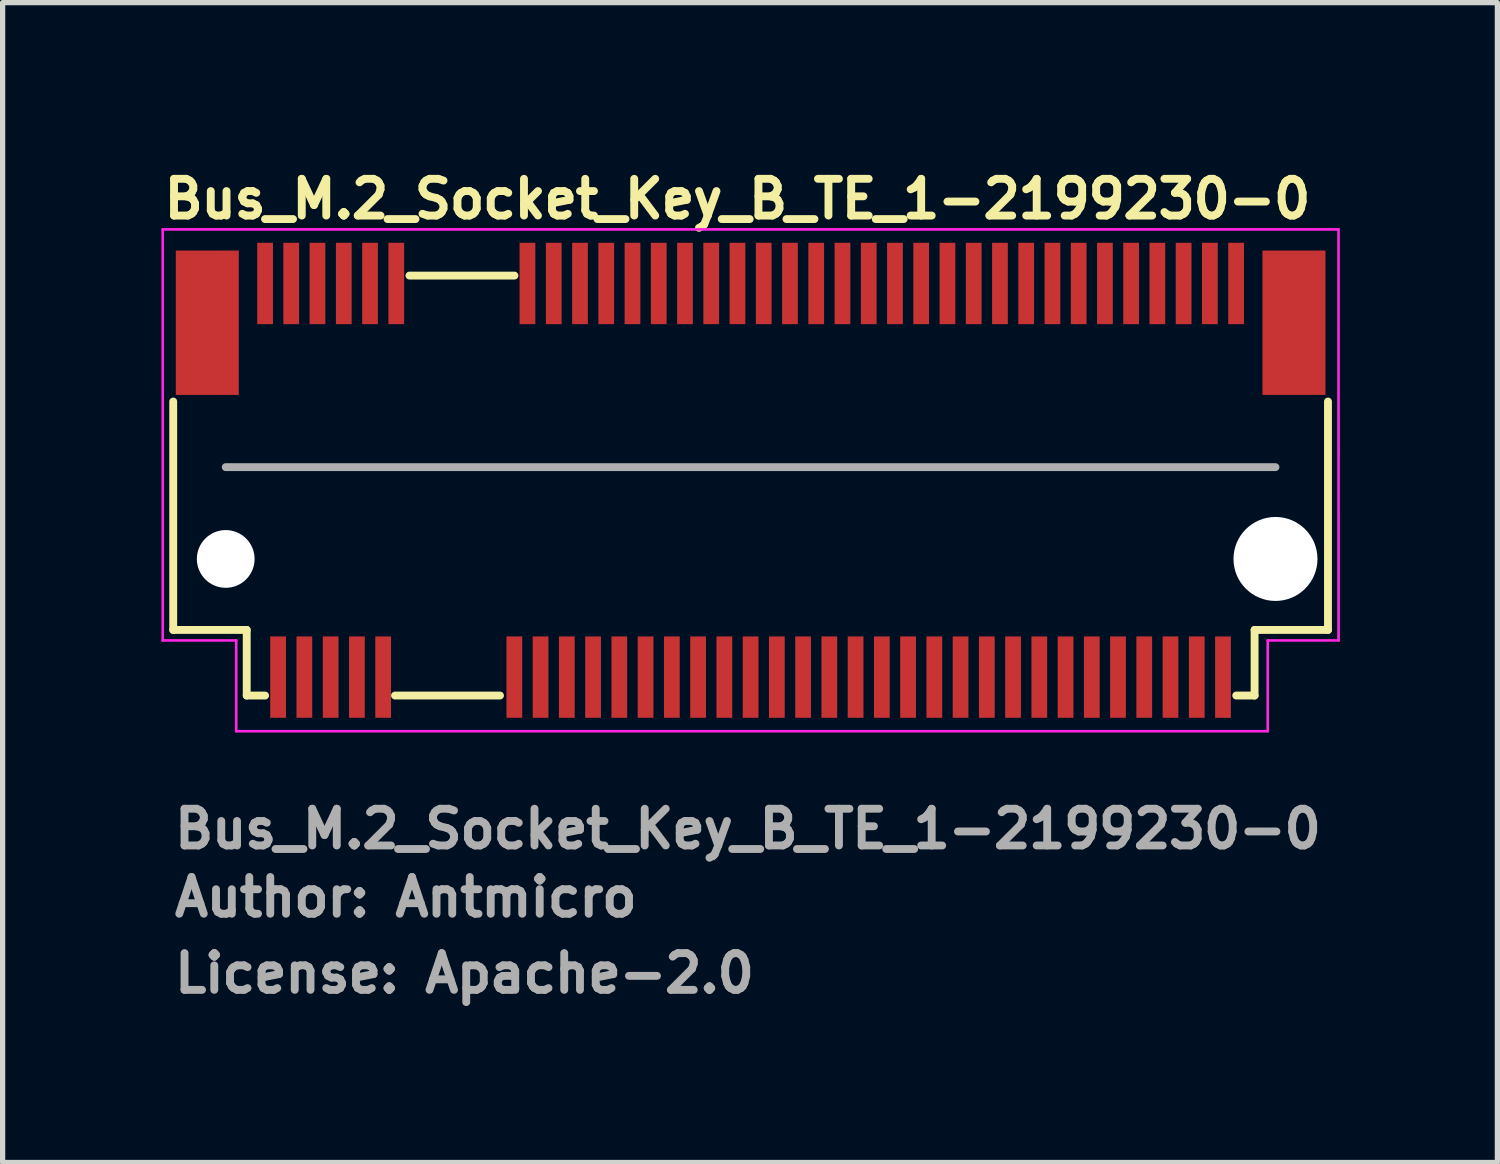
<source format=kicad_pcb>
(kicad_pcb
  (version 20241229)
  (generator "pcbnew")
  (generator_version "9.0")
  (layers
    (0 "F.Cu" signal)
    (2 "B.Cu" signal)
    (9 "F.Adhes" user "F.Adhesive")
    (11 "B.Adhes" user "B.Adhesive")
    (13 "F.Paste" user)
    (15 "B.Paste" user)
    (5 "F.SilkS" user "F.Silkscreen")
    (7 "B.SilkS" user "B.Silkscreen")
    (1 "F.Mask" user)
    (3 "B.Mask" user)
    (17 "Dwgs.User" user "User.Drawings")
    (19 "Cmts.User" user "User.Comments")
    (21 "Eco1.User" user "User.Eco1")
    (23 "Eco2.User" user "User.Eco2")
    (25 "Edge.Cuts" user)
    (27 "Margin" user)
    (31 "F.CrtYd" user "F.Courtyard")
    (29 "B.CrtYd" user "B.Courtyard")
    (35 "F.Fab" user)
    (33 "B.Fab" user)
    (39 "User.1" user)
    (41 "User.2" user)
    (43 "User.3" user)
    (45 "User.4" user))
  (footprint "Bus_M.2_Socket_Key_B_TE_1-2199230-0"
    (layer "F.Cu")
    (at 2 2.35)
    (property "Reference" "Bus_M.2_Socket_Key_B_TE_1-2199230-0" (at -2 -1.2 0) (layer "F.SilkS") (effects (font (size 0.7 0.7) (thickness 0.15)) (justify left bottom)))
    (attr smd)
    (fp_line (start -1.75 6.6) (end -1.75 2.249) (stroke (width 0.15) (type solid)) (layer "F.SilkS"))
    (fp_line (start -0.35 6.6) (end -1.75 6.6) (stroke (width 0.15) (type solid)) (layer "F.SilkS"))
    (fp_line (start -0.35 6.6) (end -0.35 7.85) (stroke (width 0.15) (type solid)) (layer "F.SilkS"))
    (fp_line (start -0.35 7.85) (end 0 7.85) (stroke (width 0.15) (type solid)) (layer "F.SilkS"))
    (fp_line (start 2.475 7.85) (end 4.475 7.85) (stroke (width 0.15) (type solid)) (layer "F.SilkS"))
    (fp_line (start 2.75 -0.15) (end 4.75 -0.15) (stroke (width 0.15) (type solid)) (layer "F.SilkS"))
    (fp_line (start 18.5 7.85) (end 18.85 7.85) (stroke (width 0.15) (type solid)) (layer "F.SilkS"))
    (fp_line (start 18.85 7.85) (end 18.85 6.6) (stroke (width 0.15) (type solid)) (layer "F.SilkS"))
    (fp_line (start 20.248 2.249) (end 20.248 6.6) (stroke (width 0.15) (type solid)) (layer "F.SilkS"))
    (fp_line (start 20.248 6.6) (end 18.85 6.6) (stroke (width 0.15) (type solid)) (layer "F.SilkS"))
    (fp_line (start -1.95 -1.03) (end -1.95 6.8) (stroke (width 0.05) (type solid)) (layer "F.CrtYd"))
    (fp_line (start -1.95 6.8) (end -0.55 6.8) (stroke (width 0.05) (type solid)) (layer "F.CrtYd"))
    (fp_line (start -0.55 6.8) (end -0.55 8.53) (stroke (width 0.05) (type solid)) (layer "F.CrtYd"))
    (fp_line (start -0.55 8.53) (end 19.1 8.53) (stroke (width 0.05) (type solid)) (layer "F.CrtYd"))
    (fp_line (start 19.1 6.8) (end 20.45 6.8) (stroke (width 0.05) (type solid)) (layer "F.CrtYd"))
    (fp_line (start 19.1 8.53) (end 19.1 6.8) (stroke (width 0.05) (type solid)) (layer "F.CrtYd"))
    (fp_line (start 20.449 -1.03) (end -1.95 -1.03) (stroke (width 0.05) (type solid)) (layer "F.CrtYd"))
    (fp_line (start 20.45 6.8) (end 20.449 -1.03) (stroke (width 0.05) (type solid)) (layer "F.CrtYd"))
    (fp_line (start -0.75 3.499) (end 19.248 3.499) (stroke (width 0.15) (type solid)) (layer "F.Fab"))
    (fp_rect (start -1.7 -0.85) (end 20.199 7.849) (stroke (width 0.1) (type solid)) (fill no) (layer "User.5"))
    (fp_line (start -1.7 0) (end -1.7 5.498) (stroke (width 0.02) (type solid)) (layer "User.9"))
    (fp_line (start -1.7 0) (end 20.199 0) (stroke (width 0.02) (type solid)) (layer "User.9"))
    (fp_line (start -1.7 5.932) (end -1.7 5.498) (stroke (width 0.02) (type solid)) (layer "User.9"))
    (fp_line (start -1.7 5.932) (end -1.7 5.932) (stroke (width 0.02) (type solid)) (layer "User.9"))
    (fp_line (start -1.7 6.123) (end -1.7 5.932) (stroke (width 0.02) (type solid)) (layer "User.9"))
    (fp_line (start -1.7 6.123) (end -1.7 6.123) (stroke (width 0.02) (type solid)) (layer "User.9"))
    (fp_line (start -1.7 6.206) (end -1.7 6.123) (stroke (width 0.02) (type solid)) (layer "User.9"))
    (fp_line (start -1.7 6.206) (end -1.7 6.206) (stroke (width 0.02) (type solid)) (layer "User.9"))
    (fp_line (start -1.7 6.28) (end -1.7 6.206) (stroke (width 0.02) (type solid)) (layer "User.9"))
    (fp_line (start -1.7 6.28) (end -1.7 6.28) (stroke (width 0.02) (type solid)) (layer "User.9"))
    (fp_line (start -1.7 6.345) (end -1.7 6.28) (stroke (width 0.02) (type solid)) (layer "User.9"))
    (fp_line (start -1.7 6.345) (end -1.7 6.345) (stroke (width 0.02) (type solid)) (layer "User.9"))
    (fp_line (start -1.7 6.4) (end -1.7 6.345) (stroke (width 0.02) (type solid)) (layer "User.9"))
    (fp_line (start -1.7 6.4) (end -1.7 6.4) (stroke (width 0.02) (type solid)) (layer "User.9"))
    (fp_line (start -1.7 6.443) (end -1.7 6.4) (stroke (width 0.02) (type solid)) (layer "User.9"))
    (fp_line (start -1.7 6.443) (end -1.7 6.443) (stroke (width 0.02) (type solid)) (layer "User.9"))
    (fp_line (start -1.7 6.474) (end -1.7 6.443) (stroke (width 0.02) (type solid)) (layer "User.9"))
    (fp_line (start -1.7 6.474) (end -1.7 6.474) (stroke (width 0.02) (type solid)) (layer "User.9"))
    (fp_line (start -1.7 6.493) (end -1.7 6.474) (stroke (width 0.02) (type solid)) (layer "User.9"))
    (fp_line (start -1.7 6.493) (end -1.7 6.493) (stroke (width 0.02) (type solid)) (layer "User.9"))
    (fp_line (start -1.7 6.499) (end -1.7 6.493) (stroke (width 0.02) (type solid)) (layer "User.9"))
    (fp_line (start -1.7 6.499) (end -1.325 6.499) (stroke (width 0.02) (type solid)) (layer "User.9"))
    (fp_line (start -1.325 5.498) (end 6.674 5.498) (stroke (width 0.02) (type solid)) (layer "User.9"))
    (fp_line (start -1.325 6.499) (end -1.301 6.499) (stroke (width 0.02) (type solid)) (layer "User.9"))
    (fp_line (start -1.301 6.499) (end -1.276 6.496) (stroke (width 0.02) (type solid)) (layer "User.9"))
    (fp_line (start -1.276 6.496) (end -1.252 6.493) (stroke (width 0.02) (type solid)) (layer "User.9"))
    (fp_line (start -1.252 6.493) (end -1.228 6.49) (stroke (width 0.02) (type solid)) (layer "User.9"))
    (fp_line (start -1.228 6.49) (end -1.204 6.483) (stroke (width 0.02) (type solid)) (layer "User.9"))
    (fp_line (start -1.204 6.483) (end -1.18 6.477) (stroke (width 0.02) (type solid)) (layer "User.9"))
    (fp_line (start -1.18 6.477) (end -1.158 6.469) (stroke (width 0.02) (type solid)) (layer "User.9"))
    (fp_line (start -1.158 6.469) (end -1.135 6.461) (stroke (width 0.02) (type solid)) (layer "User.9"))
    (fp_line (start -1.135 6.461) (end -1.113 6.451) (stroke (width 0.02) (type solid)) (layer "User.9"))
    (fp_line (start -1.113 6.451) (end -1.091 6.44) (stroke (width 0.02) (type solid)) (layer "User.9"))
    (fp_line (start -1.091 6.44) (end -1.069 6.429) (stroke (width 0.02) (type solid)) (layer "User.9"))
    (fp_line (start -1.069 6.429) (end -1.049 6.414) (stroke (width 0.02) (type solid)) (layer "User.9"))
    (fp_line (start -1.049 6.414) (end -1.029 6.4) (stroke (width 0.02) (type solid)) (layer "User.9"))
    (fp_line (start -1.029 6.4) (end -1.01 6.385) (stroke (width 0.02) (type solid)) (layer "User.9"))
    (fp_line (start -1.01 6.385) (end -0.99 6.369) (stroke (width 0.02) (type solid)) (layer "User.9"))
    (fp_line (start -0.99 6.369) (end -0.972 6.352) (stroke (width 0.02) (type solid)) (layer "User.9"))
    (fp_line (start -0.972 6.352) (end -0.972 6.352) (stroke (width 0.02) (type solid)) (layer "User.9"))
    (fp_line (start -0.972 6.352) (end -0.956 6.334) (stroke (width 0.02) (type solid)) (layer "User.9"))
    (fp_line (start -0.956 6.334) (end -0.94 6.315) (stroke (width 0.02) (type solid)) (layer "User.9"))
    (fp_line (start -0.94 6.315) (end -0.925 6.296) (stroke (width 0.02) (type solid)) (layer "User.9"))
    (fp_line (start -0.925 6.296) (end -0.911 6.277) (stroke (width 0.02) (type solid)) (layer "User.9"))
    (fp_line (start -0.911 6.277) (end -0.896 6.256) (stroke (width 0.02) (type solid)) (layer "User.9"))
    (fp_line (start -0.896 6.256) (end -0.884 6.235) (stroke (width 0.02) (type solid)) (layer "User.9"))
    (fp_line (start -0.884 6.235) (end -0.873 6.212) (stroke (width 0.02) (type solid)) (layer "User.9"))
    (fp_line (start -0.873 6.212) (end -0.864 6.19) (stroke (width 0.02) (type solid)) (layer "User.9"))
    (fp_line (start -0.864 6.19) (end -0.855 6.168) (stroke (width 0.02) (type solid)) (layer "User.9"))
    (fp_line (start -0.855 6.168) (end -0.847 6.145) (stroke (width 0.02) (type solid)) (layer "User.9"))
    (fp_line (start -0.847 6.145) (end -0.841 6.121) (stroke (width 0.02) (type solid)) (layer "User.9"))
    (fp_line (start -0.841 6.121) (end -0.835 6.097) (stroke (width 0.02) (type solid)) (layer "User.9"))
    (fp_line (start -0.835 6.097) (end -0.832 6.073) (stroke (width 0.02) (type solid)) (layer "User.9"))
    (fp_line (start -0.832 6.073) (end -0.829 6.049) (stroke (width 0.02) (type solid)) (layer "User.9"))
    (fp_line (start -0.829 6.049) (end -0.827 6.023) (stroke (width 0.02) (type solid)) (layer "User.9"))
    (fp_line (start -0.827 6.023) (end -0.826 5.999) (stroke (width 0.02) (type solid)) (layer "User.9"))
    (fp_line (start -0.826 5.852) (end -0.826 5.498) (stroke (width 0.02) (type solid)) (layer "User.9"))
    (fp_line (start -0.826 5.852) (end -0.826 5.852) (stroke (width 0.02) (type solid)) (layer "User.9"))
    (fp_line (start -0.826 5.999) (end -0.826 5.852) (stroke (width 0.02) (type solid)) (layer "User.9"))
    (fp_line (start -0.301 0.529) (end 0.299 0.529) (stroke (width 0.02) (type solid)) (layer "User.9"))
    (fp_line (start -0.25 5.498) (end -0.25 7.749) (stroke (width 0.02) (type solid)) (layer "User.9"))
    (fp_line (start -0.25 6.499) (end -1.325 6.499) (stroke (width 0.02) (type solid)) (layer "User.9"))
    (fp_line (start -0.25 7.749) (end 7.405 7.749) (stroke (width 0.02) (type solid)) (layer "User.9"))
    (fp_line (start -0.075 -0.6) (end -0.075 -0.101) (stroke (width 0.02) (type solid)) (layer "User.9"))
    (fp_line (start -0.075 -0.6) (end 0.073 -0.6) (stroke (width 0.02) (type solid)) (layer "User.9"))
    (fp_line (start -0.075 -0.101) (end -0.075 0) (stroke (width 0.02) (type solid)) (layer "User.9"))
    (fp_line (start 0 0.009) (end -0.301 0.529) (stroke (width 0.02) (type solid)) (layer "User.9"))
    (fp_line (start 0.073 -0.6) (end 0.073 -0.101) (stroke (width 0.02) (type solid)) (layer "User.9"))
    (fp_line (start 0.073 -0.101) (end 0.073 0) (stroke (width 0.02) (type solid)) (layer "User.9"))
    (fp_line (start 0.155 6.001) (end 0.175 5.73) (stroke (width 0.02) (type solid)) (layer "User.9"))
    (fp_line (start 0.155 6.001) (end 0.343 6.001) (stroke (width 0.02) (type solid)) (layer "User.9"))
    (fp_line (start 0.175 5.498) (end 0.175 5.546) (stroke (width 0.02) (type solid)) (layer "User.9"))
    (fp_line (start 0.175 5.652) (end 0.175 5.546) (stroke (width 0.02) (type solid)) (layer "User.9"))
    (fp_line (start 0.175 5.652) (end 0.175 5.73) (stroke (width 0.02) (type solid)) (layer "User.9"))
    (fp_line (start 0.175 7.749) (end 0.175 8.099) (stroke (width 0.02) (type solid)) (layer "User.9"))
    (fp_line (start 0.175 8.099) (end 0.324 8.099) (stroke (width 0.02) (type solid)) (layer "User.9"))
    (fp_line (start 0.299 0.529) (end 0 0.009) (stroke (width 0.02) (type solid)) (layer "User.9"))
    (fp_line (start 0.324 5.498) (end 0.324 5.546) (stroke (width 0.02) (type solid)) (layer "User.9"))
    (fp_line (start 0.324 5.652) (end 0.324 5.546) (stroke (width 0.02) (type solid)) (layer "User.9"))
    (fp_line (start 0.324 5.652) (end 0.324 5.73) (stroke (width 0.02) (type solid)) (layer "User.9"))
    (fp_line (start 0.324 7.749) (end 0.324 8.099) (stroke (width 0.02) (type solid)) (layer "User.9"))
    (fp_line (start 0.343 6.001) (end 0.324 5.73) (stroke (width 0.02) (type solid)) (layer "User.9"))
    (fp_line (start 0.424 -0.6) (end 0.424 -0.101) (stroke (width 0.02) (type solid)) (layer "User.9"))
    (fp_line (start 0.424 -0.6) (end 0.574 -0.6) (stroke (width 0.02) (type solid)) (layer "User.9"))
    (fp_line (start 0.424 -0.101) (end 0.424 0) (stroke (width 0.02) (type solid)) (layer "User.9"))
    (fp_line (start 0.574 -0.6) (end 0.574 -0.101) (stroke (width 0.02) (type solid)) (layer "User.9"))
    (fp_line (start 0.574 -0.101) (end 0.574 0) (stroke (width 0.02) (type solid)) (layer "User.9"))
    (fp_line (start 0.656 6.001) (end 0.675 5.73) (stroke (width 0.02) (type solid)) (layer "User.9"))
    (fp_line (start 0.656 6.001) (end 0.842 6.001) (stroke (width 0.02) (type solid)) (layer "User.9"))
    (fp_line (start 0.675 5.498) (end 0.675 5.546) (stroke (width 0.02) (type solid)) (layer "User.9"))
    (fp_line (start 0.675 5.652) (end 0.675 5.546) (stroke (width 0.02) (type solid)) (layer "User.9"))
    (fp_line (start 0.675 5.652) (end 0.675 5.73) (stroke (width 0.02) (type solid)) (layer "User.9"))
    (fp_line (start 0.675 7.749) (end 0.675 8.099) (stroke (width 0.02) (type solid)) (layer "User.9"))
    (fp_line (start 0.675 8.099) (end 0.824 8.099) (stroke (width 0.02) (type solid)) (layer "User.9"))
    (fp_line (start 0.824 5.498) (end 0.824 5.546) (stroke (width 0.02) (type solid)) (layer "User.9"))
    (fp_line (start 0.824 5.652) (end 0.824 5.546) (stroke (width 0.02) (type solid)) (layer "User.9"))
    (fp_line (start 0.824 5.652) (end 0.824 5.73) (stroke (width 0.02) (type solid)) (layer "User.9"))
    (fp_line (start 0.824 7.749) (end 0.824 8.099) (stroke (width 0.02) (type solid)) (layer "User.9"))
    (fp_line (start 0.842 6.001) (end 0.824 5.73) (stroke (width 0.02) (type solid)) (layer "User.9"))
    (fp_line (start 0.925 -0.6) (end 0.925 -0.101) (stroke (width 0.02) (type solid)) (layer "User.9"))
    (fp_line (start 0.925 -0.6) (end 1.074 -0.6) (stroke (width 0.02) (type solid)) (layer "User.9"))
    (fp_line (start 0.925 -0.101) (end 0.925 0) (stroke (width 0.02) (type solid)) (layer "User.9"))
    (fp_line (start 1.074 -0.6) (end 1.074 -0.101) (stroke (width 0.02) (type solid)) (layer "User.9"))
    (fp_line (start 1.074 -0.101) (end 1.074 0) (stroke (width 0.02) (type solid)) (layer "User.9"))
    (fp_line (start 1.155 6.001) (end 1.175 5.73) (stroke (width 0.02) (type solid)) (layer "User.9"))
    (fp_line (start 1.155 6.001) (end 1.342 6.001) (stroke (width 0.02) (type solid)) (layer "User.9"))
    (fp_line (start 1.175 5.498) (end 1.175 5.546) (stroke (width 0.02) (type solid)) (layer "User.9"))
    (fp_line (start 1.175 5.652) (end 1.175 5.546) (stroke (width 0.02) (type solid)) (layer "User.9"))
    (fp_line (start 1.175 5.652) (end 1.175 5.73) (stroke (width 0.02) (type solid)) (layer "User.9"))
    (fp_line (start 1.175 7.749) (end 1.175 8.099) (stroke (width 0.02) (type solid)) (layer "User.9"))
    (fp_line (start 1.175 8.099) (end 1.324 8.099) (stroke (width 0.02) (type solid)) (layer "User.9"))
    (fp_line (start 1.324 5.498) (end 1.324 5.546) (stroke (width 0.02) (type solid)) (layer "User.9"))
    (fp_line (start 1.324 5.652) (end 1.324 5.546) (stroke (width 0.02) (type solid)) (layer "User.9"))
    (fp_line (start 1.324 5.652) (end 1.324 5.73) (stroke (width 0.02) (type solid)) (layer "User.9"))
    (fp_line (start 1.324 7.749) (end 1.324 8.099) (stroke (width 0.02) (type solid)) (layer "User.9"))
    (fp_line (start 1.342 6.001) (end 1.324 5.73) (stroke (width 0.02) (type solid)) (layer "User.9"))
    (fp_line (start 1.423 -0.6) (end 1.423 -0.101) (stroke (width 0.02) (type solid)) (layer "User.9"))
    (fp_line (start 1.423 -0.6) (end 1.574 -0.6) (stroke (width 0.02) (type solid)) (layer "User.9"))
    (fp_line (start 1.423 -0.101) (end 1.423 0) (stroke (width 0.02) (type solid)) (layer "User.9"))
    (fp_line (start 1.574 -0.6) (end 1.574 -0.101) (stroke (width 0.02) (type solid)) (layer "User.9"))
    (fp_line (start 1.574 -0.101) (end 1.574 0) (stroke (width 0.02) (type solid)) (layer "User.9"))
    (fp_line (start 1.656 6.001) (end 1.673 5.73) (stroke (width 0.02) (type solid)) (layer "User.9"))
    (fp_line (start 1.656 6.001) (end 1.842 6.001) (stroke (width 0.02) (type solid)) (layer "User.9"))
    (fp_line (start 1.673 5.498) (end 1.673 5.546) (stroke (width 0.02) (type solid)) (layer "User.9"))
    (fp_line (start 1.673 5.652) (end 1.673 5.546) (stroke (width 0.02) (type solid)) (layer "User.9"))
    (fp_line (start 1.673 5.652) (end 1.673 5.73) (stroke (width 0.02) (type solid)) (layer "User.9"))
    (fp_line (start 1.673 7.749) (end 1.673 8.099) (stroke (width 0.02) (type solid)) (layer "User.9"))
    (fp_line (start 1.673 8.099) (end 1.824 8.099) (stroke (width 0.02) (type solid)) (layer "User.9"))
    (fp_line (start 1.824 5.498) (end 1.824 5.546) (stroke (width 0.02) (type solid)) (layer "User.9"))
    (fp_line (start 1.824 5.652) (end 1.824 5.546) (stroke (width 0.02) (type solid)) (layer "User.9"))
    (fp_line (start 1.824 5.652) (end 1.824 5.73) (stroke (width 0.02) (type solid)) (layer "User.9"))
    (fp_line (start 1.824 7.749) (end 1.824 8.099) (stroke (width 0.02) (type solid)) (layer "User.9"))
    (fp_line (start 1.842 6.001) (end 1.824 5.73) (stroke (width 0.02) (type solid)) (layer "User.9"))
    (fp_line (start 1.923 -0.6) (end 1.923 -0.101) (stroke (width 0.02) (type solid)) (layer "User.9"))
    (fp_line (start 1.923 -0.6) (end 2.075 -0.6) (stroke (width 0.02) (type solid)) (layer "User.9"))
    (fp_line (start 1.923 -0.101) (end 1.923 0) (stroke (width 0.02) (type solid)) (layer "User.9"))
    (fp_line (start 2.075 -0.6) (end 2.075 -0.101) (stroke (width 0.02) (type solid)) (layer "User.9"))
    (fp_line (start 2.075 -0.101) (end 2.075 0) (stroke (width 0.02) (type solid)) (layer "User.9"))
    (fp_line (start 2.156 6.001) (end 2.173 5.73) (stroke (width 0.02) (type solid)) (layer "User.9"))
    (fp_line (start 2.156 6.001) (end 2.342 6.001) (stroke (width 0.02) (type solid)) (layer "User.9"))
    (fp_line (start 2.173 5.498) (end 2.173 5.546) (stroke (width 0.02) (type solid)) (layer "User.9"))
    (fp_line (start 2.173 5.652) (end 2.173 5.546) (stroke (width 0.02) (type solid)) (layer "User.9"))
    (fp_line (start 2.173 5.652) (end 2.173 5.73) (stroke (width 0.02) (type solid)) (layer "User.9"))
    (fp_line (start 2.173 7.749) (end 2.173 8.099) (stroke (width 0.02) (type solid)) (layer "User.9"))
    (fp_line (start 2.173 8.099) (end 2.325 8.099) (stroke (width 0.02) (type solid)) (layer "User.9"))
    (fp_line (start 2.325 5.498) (end 2.325 5.546) (stroke (width 0.02) (type solid)) (layer "User.9"))
    (fp_line (start 2.325 5.652) (end 2.325 5.546) (stroke (width 0.02) (type solid)) (layer "User.9"))
    (fp_line (start 2.325 5.652) (end 2.325 5.73) (stroke (width 0.02) (type solid)) (layer "User.9"))
    (fp_line (start 2.325 7.749) (end 2.325 8.099) (stroke (width 0.02) (type solid)) (layer "User.9"))
    (fp_line (start 2.342 6.001) (end 2.325 5.73) (stroke (width 0.02) (type solid)) (layer "User.9"))
    (fp_line (start 2.423 -0.6) (end 2.423 -0.101) (stroke (width 0.02) (type solid)) (layer "User.9"))
    (fp_line (start 2.423 -0.6) (end 2.575 -0.6) (stroke (width 0.02) (type solid)) (layer "User.9"))
    (fp_line (start 2.423 -0.101) (end 2.423 0) (stroke (width 0.02) (type solid)) (layer "User.9"))
    (fp_line (start 2.575 -0.6) (end 2.575 -0.101) (stroke (width 0.02) (type solid)) (layer "User.9"))
    (fp_line (start 2.575 -0.101) (end 2.575 0) (stroke (width 0.02) (type solid)) (layer "User.9"))
    (fp_line (start 2.589 5.499) (end 2.589 7.75) (stroke (width 0.02) (type solid)) (layer "User.9"))
    (fp_line (start 2.589 7.75) (end 2.698 7.75) (stroke (width 0.02) (type solid)) (layer "User.9"))
    (fp_line (start 2.698 7.5) (end 2.698 7.75) (stroke (width 0.02) (type solid)) (layer "User.9"))
    (fp_line (start 2.698 7.5) (end 4.289 7.5) (stroke (width 0.02) (type solid)) (layer "User.9"))
    (fp_line (start 3.07 5.853) (end 3.07 5.499) (stroke (width 0.02) (type solid)) (layer "User.9"))
    (fp_line (start 3.07 5.853) (end 3.07 5.853) (stroke (width 0.02) (type solid)) (layer "User.9"))
    (fp_line (start 3.07 6) (end 3.07 5.853) (stroke (width 0.02) (type solid)) (layer "User.9"))
    (fp_line (start 3.07 6) (end 3.07 6.024) (stroke (width 0.02) (type solid)) (layer "User.9"))
    (fp_line (start 3.07 6.024) (end 3.071 6.05) (stroke (width 0.02) (type solid)) (layer "User.9"))
    (fp_line (start 3.071 6.05) (end 3.074 6.074) (stroke (width 0.02) (type solid)) (layer "User.9"))
    (fp_line (start 3.074 6.074) (end 3.079 6.098) (stroke (width 0.02) (type solid)) (layer "User.9"))
    (fp_line (start 3.079 6.098) (end 3.084 6.122) (stroke (width 0.02) (type solid)) (layer "User.9"))
    (fp_line (start 3.084 6.122) (end 3.09 6.146) (stroke (width 0.02) (type solid)) (layer "User.9"))
    (fp_line (start 3.09 6.146) (end 3.098 6.169) (stroke (width 0.02) (type solid)) (layer "User.9"))
    (fp_line (start 3.098 6.169) (end 3.108 6.191) (stroke (width 0.02) (type solid)) (layer "User.9"))
    (fp_line (start 3.108 6.191) (end 3.116 6.213) (stroke (width 0.02) (type solid)) (layer "User.9"))
    (fp_line (start 3.116 6.213) (end 3.127 6.236) (stroke (width 0.02) (type solid)) (layer "User.9"))
    (fp_line (start 3.127 6.236) (end 3.14 6.257) (stroke (width 0.02) (type solid)) (layer "User.9"))
    (fp_line (start 3.14 6.257) (end 3.153 6.278) (stroke (width 0.02) (type solid)) (layer "User.9"))
    (fp_line (start 3.153 6.278) (end 3.167 6.297) (stroke (width 0.02) (type solid)) (layer "User.9"))
    (fp_line (start 3.167 6.297) (end 3.182 6.316) (stroke (width 0.02) (type solid)) (layer "User.9"))
    (fp_line (start 3.182 6.316) (end 3.198 6.335) (stroke (width 0.02) (type solid)) (layer "User.9"))
    (fp_line (start 3.198 6.335) (end 3.215 6.353) (stroke (width 0.02) (type solid)) (layer "User.9"))
    (fp_line (start 3.215 6.353) (end 3.215 6.353) (stroke (width 0.02) (type solid)) (layer "User.9"))
    (fp_line (start 3.215 6.353) (end 3.233 6.37) (stroke (width 0.02) (type solid)) (layer "User.9"))
    (fp_line (start 3.233 6.37) (end 3.252 6.386) (stroke (width 0.02) (type solid)) (layer "User.9"))
    (fp_line (start 3.252 6.386) (end 3.272 6.401) (stroke (width 0.02) (type solid)) (layer "User.9"))
    (fp_line (start 3.272 6.401) (end 3.291 6.415) (stroke (width 0.02) (type solid)) (layer "User.9"))
    (fp_line (start 3.291 6.415) (end 3.313 6.43) (stroke (width 0.02) (type solid)) (layer "User.9"))
    (fp_line (start 3.313 6.43) (end 3.334 6.441) (stroke (width 0.02) (type solid)) (layer "User.9"))
    (fp_line (start 3.334 6.441) (end 3.355 6.452) (stroke (width 0.02) (type solid)) (layer "User.9"))
    (fp_line (start 3.355 6.452) (end 3.377 6.462) (stroke (width 0.02) (type solid)) (layer "User.9"))
    (fp_line (start 3.377 6.462) (end 3.4 6.47) (stroke (width 0.02) (type solid)) (layer "User.9"))
    (fp_line (start 3.4 6.47) (end 3.424 6.478) (stroke (width 0.02) (type solid)) (layer "User.9"))
    (fp_line (start 3.424 6.478) (end 3.448 6.484) (stroke (width 0.02) (type solid)) (layer "User.9"))
    (fp_line (start 3.448 6.484) (end 3.47 6.491) (stroke (width 0.02) (type solid)) (layer "User.9"))
    (fp_line (start 3.47 6.491) (end 3.496 6.494) (stroke (width 0.02) (type solid)) (layer "User.9"))
    (fp_line (start 3.496 6.494) (end 3.52 6.497) (stroke (width 0.02) (type solid)) (layer "User.9"))
    (fp_line (start 3.52 6.497) (end 3.544 6.5) (stroke (width 0.02) (type solid)) (layer "User.9"))
    (fp_line (start 3.544 6.5) (end 3.57 6.5) (stroke (width 0.02) (type solid)) (layer "User.9"))
    (fp_line (start 3.57 6.5) (end 3.669 6.5) (stroke (width 0.02) (type solid)) (layer "User.9"))
    (fp_line (start 3.693 6.5) (end 3.669 6.5) (stroke (width 0.02) (type solid)) (layer "User.9"))
    (fp_line (start 3.719 6.497) (end 3.693 6.5) (stroke (width 0.02) (type solid)) (layer "User.9"))
    (fp_line (start 3.743 6.494) (end 3.719 6.497) (stroke (width 0.02) (type solid)) (layer "User.9"))
    (fp_line (start 3.768 6.491) (end 3.743 6.494) (stroke (width 0.02) (type solid)) (layer "User.9"))
    (fp_line (start 3.791 6.484) (end 3.768 6.491) (stroke (width 0.02) (type solid)) (layer "User.9"))
    (fp_line (start 3.815 6.478) (end 3.791 6.484) (stroke (width 0.02) (type solid)) (layer "User.9"))
    (fp_line (start 3.837 6.47) (end 3.815 6.478) (stroke (width 0.02) (type solid)) (layer "User.9"))
    (fp_line (start 3.861 6.462) (end 3.837 6.47) (stroke (width 0.02) (type solid)) (layer "User.9"))
    (fp_line (start 3.882 6.452) (end 3.861 6.462) (stroke (width 0.02) (type solid)) (layer "User.9"))
    (fp_line (start 3.904 6.441) (end 3.882 6.452) (stroke (width 0.02) (type solid)) (layer "User.9"))
    (fp_line (start 3.925 6.43) (end 3.904 6.441) (stroke (width 0.02) (type solid)) (layer "User.9"))
    (fp_line (start 3.946 6.415) (end 3.925 6.43) (stroke (width 0.02) (type solid)) (layer "User.9"))
    (fp_line (start 3.967 6.401) (end 3.946 6.415) (stroke (width 0.02) (type solid)) (layer "User.9"))
    (fp_line (start 3.986 6.386) (end 3.967 6.401) (stroke (width 0.02) (type solid)) (layer "User.9"))
    (fp_line (start 4.004 6.37) (end 3.986 6.386) (stroke (width 0.02) (type solid)) (layer "User.9"))
    (fp_line (start 4.023 6.353) (end 4.004 6.37) (stroke (width 0.02) (type solid)) (layer "User.9"))
    (fp_line (start 4.023 6.353) (end 4.023 6.353) (stroke (width 0.02) (type solid)) (layer "User.9"))
    (fp_line (start 4.039 6.335) (end 4.023 6.353) (stroke (width 0.02) (type solid)) (layer "User.9"))
    (fp_line (start 4.055 6.316) (end 4.039 6.335) (stroke (width 0.02) (type solid)) (layer "User.9"))
    (fp_line (start 4.071 6.297) (end 4.055 6.316) (stroke (width 0.02) (type solid)) (layer "User.9"))
    (fp_line (start 4.084 6.278) (end 4.071 6.297) (stroke (width 0.02) (type solid)) (layer "User.9"))
    (fp_line (start 4.098 6.257) (end 4.084 6.278) (stroke (width 0.02) (type solid)) (layer "User.9"))
    (fp_line (start 4.111 6.236) (end 4.098 6.257) (stroke (width 0.02) (type solid)) (layer "User.9"))
    (fp_line (start 4.121 6.213) (end 4.111 6.236) (stroke (width 0.02) (type solid)) (layer "User.9"))
    (fp_line (start 4.13 6.191) (end 4.121 6.213) (stroke (width 0.02) (type solid)) (layer "User.9"))
    (fp_line (start 4.14 6.169) (end 4.13 6.191) (stroke (width 0.02) (type solid)) (layer "User.9"))
    (fp_line (start 4.148 6.146) (end 4.14 6.169) (stroke (width 0.02) (type solid)) (layer "User.9"))
    (fp_line (start 4.153 6.122) (end 4.148 6.146) (stroke (width 0.02) (type solid)) (layer "User.9"))
    (fp_line (start 4.159 6.098) (end 4.153 6.122) (stroke (width 0.02) (type solid)) (layer "User.9"))
    (fp_line (start 4.164 6.074) (end 4.159 6.098) (stroke (width 0.02) (type solid)) (layer "User.9"))
    (fp_line (start 4.166 6.05) (end 4.164 6.074) (stroke (width 0.02) (type solid)) (layer "User.9"))
    (fp_line (start 4.169 5.499) (end 4.169 5.853) (stroke (width 0.02) (type solid)) (layer "User.9"))
    (fp_line (start 4.169 5.853) (end 4.169 5.853) (stroke (width 0.02) (type solid)) (layer "User.9"))
    (fp_line (start 4.169 5.853) (end 4.169 6) (stroke (width 0.02) (type solid)) (layer "User.9"))
    (fp_line (start 4.169 6) (end 4.169 6.024) (stroke (width 0.02) (type solid)) (layer "User.9"))
    (fp_line (start 4.169 6.024) (end 4.166 6.05) (stroke (width 0.02) (type solid)) (layer "User.9"))
    (fp_line (start 4.289 7.5) (end 4.289 7.75) (stroke (width 0.02) (type solid)) (layer "User.9"))
    (fp_line (start 4.289 7.75) (end 4.4 7.75) (stroke (width 0.02) (type solid)) (layer "User.9"))
    (fp_line (start 4.4 5.499) (end 4.4 7.75) (stroke (width 0.02) (type solid)) (layer "User.9"))
    (fp_line (start 4.655 6.001) (end 4.674 5.73) (stroke (width 0.02) (type solid)) (layer "User.9"))
    (fp_line (start 4.655 6.001) (end 4.842 6.001) (stroke (width 0.02) (type solid)) (layer "User.9"))
    (fp_line (start 4.674 5.498) (end 4.674 5.546) (stroke (width 0.02) (type solid)) (layer "User.9"))
    (fp_line (start 4.674 5.652) (end 4.674 5.546) (stroke (width 0.02) (type solid)) (layer "User.9"))
    (fp_line (start 4.674 5.652) (end 4.674 5.73) (stroke (width 0.02) (type solid)) (layer "User.9"))
    (fp_line (start 4.674 7.749) (end 4.674 8.099) (stroke (width 0.02) (type solid)) (layer "User.9"))
    (fp_line (start 4.674 8.099) (end 4.825 8.099) (stroke (width 0.02) (type solid)) (layer "User.9"))
    (fp_line (start 4.825 5.498) (end 4.825 5.546) (stroke (width 0.02) (type solid)) (layer "User.9"))
    (fp_line (start 4.825 5.652) (end 4.825 5.546) (stroke (width 0.02) (type solid)) (layer "User.9"))
    (fp_line (start 4.825 5.652) (end 4.825 5.73) (stroke (width 0.02) (type solid)) (layer "User.9"))
    (fp_line (start 4.825 7.749) (end 4.825 8.099) (stroke (width 0.02) (type solid)) (layer "User.9"))
    (fp_line (start 4.842 6.001) (end 4.825 5.73) (stroke (width 0.02) (type solid)) (layer "User.9"))
    (fp_line (start 4.924 -0.6) (end 4.924 -0.101) (stroke (width 0.02) (type solid)) (layer "User.9"))
    (fp_line (start 4.924 -0.6) (end 5.075 -0.6) (stroke (width 0.02) (type solid)) (layer "User.9"))
    (fp_line (start 4.924 -0.101) (end 4.924 0) (stroke (width 0.02) (type solid)) (layer "User.9"))
    (fp_line (start 5.075 -0.6) (end 5.075 -0.101) (stroke (width 0.02) (type solid)) (layer "User.9"))
    (fp_line (start 5.075 -0.101) (end 5.075 0) (stroke (width 0.02) (type solid)) (layer "User.9"))
    (fp_line (start 5.155 6.001) (end 5.174 5.73) (stroke (width 0.02) (type solid)) (layer "User.9"))
    (fp_line (start 5.155 6.001) (end 5.342 6.001) (stroke (width 0.02) (type solid)) (layer "User.9"))
    (fp_line (start 5.174 5.498) (end 5.174 5.546) (stroke (width 0.02) (type solid)) (layer "User.9"))
    (fp_line (start 5.174 5.652) (end 5.174 5.546) (stroke (width 0.02) (type solid)) (layer "User.9"))
    (fp_line (start 5.174 5.652) (end 5.174 5.73) (stroke (width 0.02) (type solid)) (layer "User.9"))
    (fp_line (start 5.174 7.749) (end 5.174 8.099) (stroke (width 0.02) (type solid)) (layer "User.9"))
    (fp_line (start 5.174 8.099) (end 5.325 8.099) (stroke (width 0.02) (type solid)) (layer "User.9"))
    (fp_line (start 5.325 5.498) (end 5.325 5.546) (stroke (width 0.02) (type solid)) (layer "User.9"))
    (fp_line (start 5.325 5.652) (end 5.325 5.546) (stroke (width 0.02) (type solid)) (layer "User.9"))
    (fp_line (start 5.325 5.652) (end 5.325 5.73) (stroke (width 0.02) (type solid)) (layer "User.9"))
    (fp_line (start 5.325 7.749) (end 5.325 8.099) (stroke (width 0.02) (type solid)) (layer "User.9"))
    (fp_line (start 5.342 6.001) (end 5.325 5.73) (stroke (width 0.02) (type solid)) (layer "User.9"))
    (fp_line (start 5.424 -0.6) (end 5.424 -0.101) (stroke (width 0.02) (type solid)) (layer "User.9"))
    (fp_line (start 5.424 -0.6) (end 5.575 -0.6) (stroke (width 0.02) (type solid)) (layer "User.9"))
    (fp_line (start 5.424 -0.101) (end 5.424 0) (stroke (width 0.02) (type solid)) (layer "User.9"))
    (fp_line (start 5.575 -0.6) (end 5.575 -0.101) (stroke (width 0.02) (type solid)) (layer "User.9"))
    (fp_line (start 5.575 -0.101) (end 5.575 0) (stroke (width 0.02) (type solid)) (layer "User.9"))
    (fp_line (start 5.631 6.001) (end 5.648 5.73) (stroke (width 0.02) (type solid)) (layer "User.9"))
    (fp_line (start 5.631 6.001) (end 5.817 6.001) (stroke (width 0.02) (type solid)) (layer "User.9"))
    (fp_line (start 5.648 5.498) (end 5.648 5.546) (stroke (width 0.02) (type solid)) (layer "User.9"))
    (fp_line (start 5.648 5.652) (end 5.648 5.546) (stroke (width 0.02) (type solid)) (layer "User.9"))
    (fp_line (start 5.648 5.652) (end 5.648 5.73) (stroke (width 0.02) (type solid)) (layer "User.9"))
    (fp_line (start 5.648 7.749) (end 5.648 8.099) (stroke (width 0.02) (type solid)) (layer "User.9"))
    (fp_line (start 5.648 8.099) (end 5.8 8.099) (stroke (width 0.02) (type solid)) (layer "User.9"))
    (fp_line (start 5.8 5.498) (end 5.8 5.546) (stroke (width 0.02) (type solid)) (layer "User.9"))
    (fp_line (start 5.8 5.652) (end 5.8 5.546) (stroke (width 0.02) (type solid)) (layer "User.9"))
    (fp_line (start 5.8 5.652) (end 5.8 5.73) (stroke (width 0.02) (type solid)) (layer "User.9"))
    (fp_line (start 5.8 7.749) (end 5.8 8.099) (stroke (width 0.02) (type solid)) (layer "User.9"))
    (fp_line (start 5.817 6.001) (end 5.8 5.73) (stroke (width 0.02) (type solid)) (layer "User.9"))
    (fp_line (start 5.948 -0.6) (end 5.948 -0.101) (stroke (width 0.02) (type solid)) (layer "User.9"))
    (fp_line (start 5.948 -0.6) (end 6.1 -0.6) (stroke (width 0.02) (type solid)) (layer "User.9"))
    (fp_line (start 5.948 -0.101) (end 5.948 0) (stroke (width 0.02) (type solid)) (layer "User.9"))
    (fp_line (start 6.1 -0.6) (end 6.1 -0.101) (stroke (width 0.02) (type solid)) (layer "User.9"))
    (fp_line (start 6.1 -0.101) (end 6.1 0) (stroke (width 0.02) (type solid)) (layer "User.9"))
    (fp_line (start 6.131 6.001) (end 6.148 5.73) (stroke (width 0.02) (type solid)) (layer "User.9"))
    (fp_line (start 6.131 6.001) (end 6.317 6.001) (stroke (width 0.02) (type solid)) (layer "User.9"))
    (fp_line (start 6.148 5.498) (end 6.148 5.546) (stroke (width 0.02) (type solid)) (layer "User.9"))
    (fp_line (start 6.148 5.652) (end 6.148 5.546) (stroke (width 0.02) (type solid)) (layer "User.9"))
    (fp_line (start 6.148 5.652) (end 6.148 5.73) (stroke (width 0.02) (type solid)) (layer "User.9"))
    (fp_line (start 6.148 7.749) (end 6.148 8.099) (stroke (width 0.02) (type solid)) (layer "User.9"))
    (fp_line (start 6.148 8.099) (end 6.3 8.099) (stroke (width 0.02) (type solid)) (layer "User.9"))
    (fp_line (start 6.3 5.498) (end 6.3 5.546) (stroke (width 0.02) (type solid)) (layer "User.9"))
    (fp_line (start 6.3 5.652) (end 6.3 5.546) (stroke (width 0.02) (type solid)) (layer "User.9"))
    (fp_line (start 6.3 5.652) (end 6.3 5.73) (stroke (width 0.02) (type solid)) (layer "User.9"))
    (fp_line (start 6.3 7.749) (end 6.3 8.099) (stroke (width 0.02) (type solid)) (layer "User.9"))
    (fp_line (start 6.317 6.001) (end 6.3 5.73) (stroke (width 0.02) (type solid)) (layer "User.9"))
    (fp_line (start 6.448 -0.6) (end 6.448 -0.101) (stroke (width 0.02) (type solid)) (layer "User.9"))
    (fp_line (start 6.448 -0.6) (end 6.6 -0.6) (stroke (width 0.02) (type solid)) (layer "User.9"))
    (fp_line (start 6.448 -0.101) (end 6.448 0) (stroke (width 0.02) (type solid)) (layer "User.9"))
    (fp_line (start 6.6 -0.6) (end 6.6 -0.101) (stroke (width 0.02) (type solid)) (layer "User.9"))
    (fp_line (start 6.6 -0.101) (end 6.6 0) (stroke (width 0.02) (type solid)) (layer "User.9"))
    (fp_line (start 6.631 6.001) (end 6.648 5.73) (stroke (width 0.02) (type solid)) (layer "User.9"))
    (fp_line (start 6.631 6.001) (end 6.817 6.001) (stroke (width 0.02) (type solid)) (layer "User.9"))
    (fp_line (start 6.648 5.498) (end 6.648 5.546) (stroke (width 0.02) (type solid)) (layer "User.9"))
    (fp_line (start 6.648 5.652) (end 6.648 5.546) (stroke (width 0.02) (type solid)) (layer "User.9"))
    (fp_line (start 6.648 5.652) (end 6.648 5.73) (stroke (width 0.02) (type solid)) (layer "User.9"))
    (fp_line (start 6.648 7.749) (end 6.648 8.099) (stroke (width 0.02) (type solid)) (layer "User.9"))
    (fp_line (start 6.648 8.099) (end 6.8 8.099) (stroke (width 0.02) (type solid)) (layer "User.9"))
    (fp_line (start 6.674 5.498) (end 19.824 5.498) (stroke (width 0.02) (type solid)) (layer "User.9"))
    (fp_line (start 6.8 5.498) (end 6.8 5.546) (stroke (width 0.02) (type solid)) (layer "User.9"))
    (fp_line (start 6.8 5.652) (end 6.8 5.546) (stroke (width 0.02) (type solid)) (layer "User.9"))
    (fp_line (start 6.8 5.652) (end 6.8 5.73) (stroke (width 0.02) (type solid)) (layer "User.9"))
    (fp_line (start 6.8 7.749) (end 6.8 8.099) (stroke (width 0.02) (type solid)) (layer "User.9"))
    (fp_line (start 6.817 6.001) (end 6.8 5.73) (stroke (width 0.02) (type solid)) (layer "User.9"))
    (fp_line (start 6.948 -0.6) (end 6.948 -0.101) (stroke (width 0.02) (type solid)) (layer "User.9"))
    (fp_line (start 6.948 -0.6) (end 7.1 -0.6) (stroke (width 0.02) (type solid)) (layer "User.9"))
    (fp_line (start 6.948 -0.101) (end 6.948 0) (stroke (width 0.02) (type solid)) (layer "User.9"))
    (fp_line (start 7.1 -0.6) (end 7.1 -0.101) (stroke (width 0.02) (type solid)) (layer "User.9"))
    (fp_line (start 7.1 -0.101) (end 7.1 0) (stroke (width 0.02) (type solid)) (layer "User.9"))
    (fp_line (start 7.13 6.001) (end 7.149 5.73) (stroke (width 0.02) (type solid)) (layer "User.9"))
    (fp_line (start 7.13 6.001) (end 7.317 6.001) (stroke (width 0.02) (type solid)) (layer "User.9"))
    (fp_line (start 7.149 5.498) (end 7.149 5.546) (stroke (width 0.02) (type solid)) (layer "User.9"))
    (fp_line (start 7.149 5.652) (end 7.149 5.546) (stroke (width 0.02) (type solid)) (layer "User.9"))
    (fp_line (start 7.149 5.652) (end 7.149 5.73) (stroke (width 0.02) (type solid)) (layer "User.9"))
    (fp_line (start 7.149 7.749) (end 7.149 8.099) (stroke (width 0.02) (type solid)) (layer "User.9"))
    (fp_line (start 7.149 8.099) (end 7.3 8.099) (stroke (width 0.02) (type solid)) (layer "User.9"))
    (fp_line (start 7.3 5.498) (end 7.3 5.546) (stroke (width 0.02) (type solid)) (layer "User.9"))
    (fp_line (start 7.3 5.652) (end 7.3 5.546) (stroke (width 0.02) (type solid)) (layer "User.9"))
    (fp_line (start 7.3 5.652) (end 7.3 5.73) (stroke (width 0.02) (type solid)) (layer "User.9"))
    (fp_line (start 7.3 7.749) (end 7.3 8.099) (stroke (width 0.02) (type solid)) (layer "User.9"))
    (fp_line (start 7.317 6.001) (end 7.3 5.73) (stroke (width 0.02) (type solid)) (layer "User.9"))
    (fp_line (start 7.405 7.749) (end 18.748 7.749) (stroke (width 0.02) (type solid)) (layer "User.9"))
    (fp_line (start 7.449 -0.6) (end 7.449 -0.101) (stroke (width 0.02) (type solid)) (layer "User.9"))
    (fp_line (start 7.449 -0.6) (end 7.6 -0.6) (stroke (width 0.02) (type solid)) (layer "User.9"))
    (fp_line (start 7.449 -0.101) (end 7.449 0) (stroke (width 0.02) (type solid)) (layer "User.9"))
    (fp_line (start 7.6 -0.6) (end 7.6 -0.101) (stroke (width 0.02) (type solid)) (layer "User.9"))
    (fp_line (start 7.6 -0.101) (end 7.6 0) (stroke (width 0.02) (type solid)) (layer "User.9"))
    (fp_line (start 7.656 6.001) (end 7.674 5.73) (stroke (width 0.02) (type solid)) (layer "User.9"))
    (fp_line (start 7.656 6.001) (end 7.842 6.001) (stroke (width 0.02) (type solid)) (layer "User.9"))
    (fp_line (start 7.674 5.498) (end 7.674 5.546) (stroke (width 0.02) (type solid)) (layer "User.9"))
    (fp_line (start 7.674 5.652) (end 7.674 5.546) (stroke (width 0.02) (type solid)) (layer "User.9"))
    (fp_line (start 7.674 5.652) (end 7.674 5.73) (stroke (width 0.02) (type solid)) (layer "User.9"))
    (fp_line (start 7.674 7.749) (end 7.674 8.099) (stroke (width 0.02) (type solid)) (layer "User.9"))
    (fp_line (start 7.674 8.099) (end 7.825 8.099) (stroke (width 0.02) (type solid)) (layer "User.9"))
    (fp_line (start 7.825 5.498) (end 7.825 5.546) (stroke (width 0.02) (type solid)) (layer "User.9"))
    (fp_line (start 7.825 5.652) (end 7.825 5.546) (stroke (width 0.02) (type solid)) (layer "User.9"))
    (fp_line (start 7.825 5.652) (end 7.825 5.73) (stroke (width 0.02) (type solid)) (layer "User.9"))
    (fp_line (start 7.825 7.749) (end 7.825 8.099) (stroke (width 0.02) (type solid)) (layer "User.9"))
    (fp_line (start 7.842 6.001) (end 7.825 5.73) (stroke (width 0.02) (type solid)) (layer "User.9"))
    (fp_line (start 7.924 -0.6) (end 7.924 -0.101) (stroke (width 0.02) (type solid)) (layer "User.9"))
    (fp_line (start 7.924 -0.6) (end 8.073 -0.6) (stroke (width 0.02) (type solid)) (layer "User.9"))
    (fp_line (start 7.924 -0.101) (end 7.924 0) (stroke (width 0.02) (type solid)) (layer "User.9"))
    (fp_line (start 8.073 -0.6) (end 8.073 -0.101) (stroke (width 0.02) (type solid)) (layer "User.9"))
    (fp_line (start 8.073 -0.101) (end 8.073 0) (stroke (width 0.02) (type solid)) (layer "User.9"))
    (fp_line (start 8.156 6.001) (end 8.175 5.73) (stroke (width 0.02) (type solid)) (layer "User.9"))
    (fp_line (start 8.156 6.001) (end 8.342 6.001) (stroke (width 0.02) (type solid)) (layer "User.9"))
    (fp_line (start 8.175 5.498) (end 8.175 5.546) (stroke (width 0.02) (type solid)) (layer "User.9"))
    (fp_line (start 8.175 5.652) (end 8.175 5.546) (stroke (width 0.02) (type solid)) (layer "User.9"))
    (fp_line (start 8.175 5.652) (end 8.175 5.73) (stroke (width 0.02) (type solid)) (layer "User.9"))
    (fp_line (start 8.175 7.749) (end 8.175 8.099) (stroke (width 0.02) (type solid)) (layer "User.9"))
    (fp_line (start 8.175 8.099) (end 8.323 8.099) (stroke (width 0.02) (type solid)) (layer "User.9"))
    (fp_line (start 8.323 5.498) (end 8.323 5.546) (stroke (width 0.02) (type solid)) (layer "User.9"))
    (fp_line (start 8.323 5.652) (end 8.323 5.546) (stroke (width 0.02) (type solid)) (layer "User.9"))
    (fp_line (start 8.323 5.652) (end 8.323 5.73) (stroke (width 0.02) (type solid)) (layer "User.9"))
    (fp_line (start 8.323 7.749) (end 8.323 8.099) (stroke (width 0.02) (type solid)) (layer "User.9"))
    (fp_line (start 8.342 6.001) (end 8.323 5.73) (stroke (width 0.02) (type solid)) (layer "User.9"))
    (fp_line (start 8.425 -0.6) (end 8.425 -0.101) (stroke (width 0.02) (type solid)) (layer "User.9"))
    (fp_line (start 8.425 -0.6) (end 8.573 -0.6) (stroke (width 0.02) (type solid)) (layer "User.9"))
    (fp_line (start 8.425 -0.101) (end 8.425 0) (stroke (width 0.02) (type solid)) (layer "User.9"))
    (fp_line (start 8.573 -0.6) (end 8.573 -0.101) (stroke (width 0.02) (type solid)) (layer "User.9"))
    (fp_line (start 8.573 -0.101) (end 8.573 0) (stroke (width 0.02) (type solid)) (layer "User.9"))
    (fp_line (start 8.656 6.001) (end 8.675 5.73) (stroke (width 0.02) (type solid)) (layer "User.9"))
    (fp_line (start 8.656 6.001) (end 8.842 6.001) (stroke (width 0.02) (type solid)) (layer "User.9"))
    (fp_line (start 8.675 5.498) (end 8.675 5.546) (stroke (width 0.02) (type solid)) (layer "User.9"))
    (fp_line (start 8.675 5.652) (end 8.675 5.546) (stroke (width 0.02) (type solid)) (layer "User.9"))
    (fp_line (start 8.675 5.652) (end 8.675 5.73) (stroke (width 0.02) (type solid)) (layer "User.9"))
    (fp_line (start 8.675 7.749) (end 8.675 8.099) (stroke (width 0.02) (type solid)) (layer "User.9"))
    (fp_line (start 8.675 8.099) (end 8.823 8.099) (stroke (width 0.02) (type solid)) (layer "User.9"))
    (fp_line (start 8.823 5.498) (end 8.823 5.546) (stroke (width 0.02) (type solid)) (layer "User.9"))
    (fp_line (start 8.823 5.652) (end 8.823 5.546) (stroke (width 0.02) (type solid)) (layer "User.9"))
    (fp_line (start 8.823 5.652) (end 8.823 5.73) (stroke (width 0.02) (type solid)) (layer "User.9"))
    (fp_line (start 8.823 7.749) (end 8.823 8.099) (stroke (width 0.02) (type solid)) (layer "User.9"))
    (fp_line (start 8.842 6.001) (end 8.823 5.73) (stroke (width 0.02) (type solid)) (layer "User.9"))
    (fp_line (start 8.925 -0.6) (end 8.925 -0.101) (stroke (width 0.02) (type solid)) (layer "User.9"))
    (fp_line (start 8.925 -0.6) (end 9.073 -0.6) (stroke (width 0.02) (type solid)) (layer "User.9"))
    (fp_line (start 8.925 -0.101) (end 8.925 0) (stroke (width 0.02) (type solid)) (layer "User.9"))
    (fp_line (start 9.073 -0.6) (end 9.073 -0.101) (stroke (width 0.02) (type solid)) (layer "User.9"))
    (fp_line (start 9.073 -0.101) (end 9.073 0) (stroke (width 0.02) (type solid)) (layer "User.9"))
    (fp_line (start 9.156 6.001) (end 9.175 5.73) (stroke (width 0.02) (type solid)) (layer "User.9"))
    (fp_line (start 9.156 6.001) (end 9.342 6.001) (stroke (width 0.02) (type solid)) (layer "User.9"))
    (fp_line (start 9.175 5.498) (end 9.175 5.546) (stroke (width 0.02) (type solid)) (layer "User.9"))
    (fp_line (start 9.175 5.652) (end 9.175 5.546) (stroke (width 0.02) (type solid)) (layer "User.9"))
    (fp_line (start 9.175 5.652) (end 9.175 5.73) (stroke (width 0.02) (type solid)) (layer "User.9"))
    (fp_line (start 9.175 7.749) (end 9.175 8.099) (stroke (width 0.02) (type solid)) (layer "User.9"))
    (fp_line (start 9.175 8.099) (end 9.323 8.099) (stroke (width 0.02) (type solid)) (layer "User.9"))
    (fp_line (start 9.323 5.498) (end 9.323 5.546) (stroke (width 0.02) (type solid)) (layer "User.9"))
    (fp_line (start 9.323 5.652) (end 9.323 5.546) (stroke (width 0.02) (type solid)) (layer "User.9"))
    (fp_line (start 9.323 5.652) (end 9.323 5.73) (stroke (width 0.02) (type solid)) (layer "User.9"))
    (fp_line (start 9.323 7.749) (end 9.323 8.099) (stroke (width 0.02) (type solid)) (layer "User.9"))
    (fp_line (start 9.342 6.001) (end 9.323 5.73) (stroke (width 0.02) (type solid)) (layer "User.9"))
    (fp_line (start 9.425 -0.6) (end 9.425 -0.101) (stroke (width 0.02) (type solid)) (layer "User.9"))
    (fp_line (start 9.425 -0.6) (end 9.573 -0.6) (stroke (width 0.02) (type solid)) (layer "User.9"))
    (fp_line (start 9.425 -0.101) (end 9.425 0) (stroke (width 0.02) (type solid)) (layer "User.9"))
    (fp_line (start 9.573 -0.6) (end 9.573 -0.101) (stroke (width 0.02) (type solid)) (layer "User.9"))
    (fp_line (start 9.573 -0.101) (end 9.573 0) (stroke (width 0.02) (type solid)) (layer "User.9"))
    (fp_line (start 9.656 6.001) (end 9.675 5.73) (stroke (width 0.02) (type solid)) (layer "User.9"))
    (fp_line (start 9.656 6.001) (end 9.842 6.001) (stroke (width 0.02) (type solid)) (layer "User.9"))
    (fp_line (start 9.675 5.498) (end 9.675 5.546) (stroke (width 0.02) (type solid)) (layer "User.9"))
    (fp_line (start 9.675 5.652) (end 9.675 5.546) (stroke (width 0.02) (type solid)) (layer "User.9"))
    (fp_line (start 9.675 5.652) (end 9.675 5.73) (stroke (width 0.02) (type solid)) (layer "User.9"))
    (fp_line (start 9.675 7.749) (end 9.675 8.099) (stroke (width 0.02) (type solid)) (layer "User.9"))
    (fp_line (start 9.675 8.099) (end 9.823 8.099) (stroke (width 0.02) (type solid)) (layer "User.9"))
    (fp_line (start 9.823 5.498) (end 9.823 5.546) (stroke (width 0.02) (type solid)) (layer "User.9"))
    (fp_line (start 9.823 5.652) (end 9.823 5.546) (stroke (width 0.02) (type solid)) (layer "User.9"))
    (fp_line (start 9.823 5.652) (end 9.823 5.73) (stroke (width 0.02) (type solid)) (layer "User.9"))
    (fp_line (start 9.823 7.749) (end 9.823 8.099) (stroke (width 0.02) (type solid)) (layer "User.9"))
    (fp_line (start 9.842 6.001) (end 9.823 5.73) (stroke (width 0.02) (type solid)) (layer "User.9"))
    (fp_line (start 9.925 -0.6) (end 9.925 -0.101) (stroke (width 0.02) (type solid)) (layer "User.9"))
    (fp_line (start 9.925 -0.6) (end 10.073 -0.6) (stroke (width 0.02) (type solid)) (layer "User.9"))
    (fp_line (start 9.925 -0.101) (end 9.925 0) (stroke (width 0.02) (type solid)) (layer "User.9"))
    (fp_line (start 10.073 -0.6) (end 10.073 -0.101) (stroke (width 0.02) (type solid)) (layer "User.9"))
    (fp_line (start 10.073 -0.101) (end 10.073 0) (stroke (width 0.02) (type solid)) (layer "User.9"))
    (fp_line (start 10.156 6.001) (end 10.175 5.73) (stroke (width 0.02) (type solid)) (layer "User.9"))
    (fp_line (start 10.156 6.001) (end 10.342 6.001) (stroke (width 0.02) (type solid)) (layer "User.9"))
    (fp_line (start 10.175 5.498) (end 10.175 5.546) (stroke (width 0.02) (type solid)) (layer "User.9"))
    (fp_line (start 10.175 5.652) (end 10.175 5.546) (stroke (width 0.02) (type solid)) (layer "User.9"))
    (fp_line (start 10.175 5.652) (end 10.175 5.73) (stroke (width 0.02) (type solid)) (layer "User.9"))
    (fp_line (start 10.175 7.749) (end 10.175 8.099) (stroke (width 0.02) (type solid)) (layer "User.9"))
    (fp_line (start 10.175 8.099) (end 10.323 8.099) (stroke (width 0.02) (type solid)) (layer "User.9"))
    (fp_line (start 10.323 5.498) (end 10.323 5.546) (stroke (width 0.02) (type solid)) (layer "User.9"))
    (fp_line (start 10.323 5.652) (end 10.323 5.546) (stroke (width 0.02) (type solid)) (layer "User.9"))
    (fp_line (start 10.323 5.652) (end 10.323 5.73) (stroke (width 0.02) (type solid)) (layer "User.9"))
    (fp_line (start 10.323 7.749) (end 10.323 8.099) (stroke (width 0.02) (type solid)) (layer "User.9"))
    (fp_line (start 10.342 6.001) (end 10.323 5.73) (stroke (width 0.02) (type solid)) (layer "User.9"))
    (fp_line (start 10.425 -0.6) (end 10.425 -0.101) (stroke (width 0.02) (type solid)) (layer "User.9"))
    (fp_line (start 10.425 -0.6) (end 10.573 -0.6) (stroke (width 0.02) (type solid)) (layer "User.9"))
    (fp_line (start 10.425 -0.101) (end 10.425 0) (stroke (width 0.02) (type solid)) (layer "User.9"))
    (fp_line (start 10.573 -0.6) (end 10.573 -0.101) (stroke (width 0.02) (type solid)) (layer "User.9"))
    (fp_line (start 10.573 -0.101) (end 10.573 0) (stroke (width 0.02) (type solid)) (layer "User.9"))
    (fp_line (start 10.656 6.001) (end 10.675 5.73) (stroke (width 0.02) (type solid)) (layer "User.9"))
    (fp_line (start 10.656 6.001) (end 10.842 6.001) (stroke (width 0.02) (type solid)) (layer "User.9"))
    (fp_line (start 10.675 5.498) (end 10.675 5.546) (stroke (width 0.02) (type solid)) (layer "User.9"))
    (fp_line (start 10.675 5.652) (end 10.675 5.546) (stroke (width 0.02) (type solid)) (layer "User.9"))
    (fp_line (start 10.675 5.652) (end 10.675 5.73) (stroke (width 0.02) (type solid)) (layer "User.9"))
    (fp_line (start 10.675 7.749) (end 10.675 8.099) (stroke (width 0.02) (type solid)) (layer "User.9"))
    (fp_line (start 10.675 8.099) (end 10.823 8.099) (stroke (width 0.02) (type solid)) (layer "User.9"))
    (fp_line (start 10.823 5.498) (end 10.823 5.546) (stroke (width 0.02) (type solid)) (layer "User.9"))
    (fp_line (start 10.823 5.652) (end 10.823 5.546) (stroke (width 0.02) (type solid)) (layer "User.9"))
    (fp_line (start 10.823 5.652) (end 10.823 5.73) (stroke (width 0.02) (type solid)) (layer "User.9"))
    (fp_line (start 10.823 7.749) (end 10.823 8.099) (stroke (width 0.02) (type solid)) (layer "User.9"))
    (fp_line (start 10.842 6.001) (end 10.823 5.73) (stroke (width 0.02) (type solid)) (layer "User.9"))
    (fp_line (start 10.925 -0.6) (end 10.925 -0.101) (stroke (width 0.02) (type solid)) (layer "User.9"))
    (fp_line (start 10.925 -0.6) (end 11.073 -0.6) (stroke (width 0.02) (type solid)) (layer "User.9"))
    (fp_line (start 10.925 -0.101) (end 10.925 0) (stroke (width 0.02) (type solid)) (layer "User.9"))
    (fp_line (start 11.073 -0.6) (end 11.073 -0.101) (stroke (width 0.02) (type solid)) (layer "User.9"))
    (fp_line (start 11.073 -0.101) (end 11.073 0) (stroke (width 0.02) (type solid)) (layer "User.9"))
    (fp_line (start 11.156 6.001) (end 11.175 5.73) (stroke (width 0.02) (type solid)) (layer "User.9"))
    (fp_line (start 11.156 6.001) (end 11.342 6.001) (stroke (width 0.02) (type solid)) (layer "User.9"))
    (fp_line (start 11.175 5.498) (end 11.175 5.546) (stroke (width 0.02) (type solid)) (layer "User.9"))
    (fp_line (start 11.175 5.652) (end 11.175 5.546) (stroke (width 0.02) (type solid)) (layer "User.9"))
    (fp_line (start 11.175 5.652) (end 11.175 5.73) (stroke (width 0.02) (type solid)) (layer "User.9"))
    (fp_line (start 11.175 7.749) (end 11.175 8.099) (stroke (width 0.02) (type solid)) (layer "User.9"))
    (fp_line (start 11.175 8.099) (end 11.323 8.099) (stroke (width 0.02) (type solid)) (layer "User.9"))
    (fp_line (start 11.323 5.498) (end 11.323 5.546) (stroke (width 0.02) (type solid)) (layer "User.9"))
    (fp_line (start 11.323 5.652) (end 11.323 5.546) (stroke (width 0.02) (type solid)) (layer "User.9"))
    (fp_line (start 11.323 5.652) (end 11.323 5.73) (stroke (width 0.02) (type solid)) (layer "User.9"))
    (fp_line (start 11.323 7.749) (end 11.323 8.099) (stroke (width 0.02) (type solid)) (layer "User.9"))
    (fp_line (start 11.342 6.001) (end 11.323 5.73) (stroke (width 0.02) (type solid)) (layer "User.9"))
    (fp_line (start 11.425 -0.6) (end 11.425 -0.101) (stroke (width 0.02) (type solid)) (layer "User.9"))
    (fp_line (start 11.425 -0.6) (end 11.573 -0.6) (stroke (width 0.02) (type solid)) (layer "User.9"))
    (fp_line (start 11.425 -0.101) (end 11.425 0) (stroke (width 0.02) (type solid)) (layer "User.9"))
    (fp_line (start 11.573 -0.6) (end 11.573 -0.101) (stroke (width 0.02) (type solid)) (layer "User.9"))
    (fp_line (start 11.573 -0.101) (end 11.573 0) (stroke (width 0.02) (type solid)) (layer "User.9"))
    (fp_line (start 11.656 6.001) (end 11.675 5.73) (stroke (width 0.02) (type solid)) (layer "User.9"))
    (fp_line (start 11.656 6.001) (end 11.842 6.001) (stroke (width 0.02) (type solid)) (layer "User.9"))
    (fp_line (start 11.675 5.498) (end 11.675 5.546) (stroke (width 0.02) (type solid)) (layer "User.9"))
    (fp_line (start 11.675 5.652) (end 11.675 5.546) (stroke (width 0.02) (type solid)) (layer "User.9"))
    (fp_line (start 11.675 5.652) (end 11.675 5.73) (stroke (width 0.02) (type solid)) (layer "User.9"))
    (fp_line (start 11.675 7.749) (end 11.675 8.099) (stroke (width 0.02) (type solid)) (layer "User.9"))
    (fp_line (start 11.675 8.099) (end 11.823 8.099) (stroke (width 0.02) (type solid)) (layer "User.9"))
    (fp_line (start 11.823 5.498) (end 11.823 5.546) (stroke (width 0.02) (type solid)) (layer "User.9"))
    (fp_line (start 11.823 5.652) (end 11.823 5.546) (stroke (width 0.02) (type solid)) (layer "User.9"))
    (fp_line (start 11.823 5.652) (end 11.823 5.73) (stroke (width 0.02) (type solid)) (layer "User.9"))
    (fp_line (start 11.823 7.749) (end 11.823 8.099) (stroke (width 0.02) (type solid)) (layer "User.9"))
    (fp_line (start 11.842 6.001) (end 11.823 5.73) (stroke (width 0.02) (type solid)) (layer "User.9"))
    (fp_line (start 11.925 -0.6) (end 11.925 -0.101) (stroke (width 0.02) (type solid)) (layer "User.9"))
    (fp_line (start 11.925 -0.6) (end 12.073 -0.6) (stroke (width 0.02) (type solid)) (layer "User.9"))
    (fp_line (start 11.925 -0.101) (end 11.925 0) (stroke (width 0.02) (type solid)) (layer "User.9"))
    (fp_line (start 12.073 -0.6) (end 12.073 -0.101) (stroke (width 0.02) (type solid)) (layer "User.9"))
    (fp_line (start 12.073 -0.101) (end 12.073 0) (stroke (width 0.02) (type solid)) (layer "User.9"))
    (fp_line (start 12.156 6.001) (end 12.175 5.73) (stroke (width 0.02) (type solid)) (layer "User.9"))
    (fp_line (start 12.156 6.001) (end 12.342 6.001) (stroke (width 0.02) (type solid)) (layer "User.9"))
    (fp_line (start 12.175 5.498) (end 12.175 5.546) (stroke (width 0.02) (type solid)) (layer "User.9"))
    (fp_line (start 12.175 5.652) (end 12.175 5.546) (stroke (width 0.02) (type solid)) (layer "User.9"))
    (fp_line (start 12.175 5.652) (end 12.175 5.73) (stroke (width 0.02) (type solid)) (layer "User.9"))
    (fp_line (start 12.175 7.749) (end 12.175 8.099) (stroke (width 0.02) (type solid)) (layer "User.9"))
    (fp_line (start 12.175 8.099) (end 12.323 8.099) (stroke (width 0.02) (type solid)) (layer "User.9"))
    (fp_line (start 12.323 5.498) (end 12.323 5.546) (stroke (width 0.02) (type solid)) (layer "User.9"))
    (fp_line (start 12.323 5.652) (end 12.323 5.546) (stroke (width 0.02) (type solid)) (layer "User.9"))
    (fp_line (start 12.323 5.652) (end 12.323 5.73) (stroke (width 0.02) (type solid)) (layer "User.9"))
    (fp_line (start 12.323 7.749) (end 12.323 8.099) (stroke (width 0.02) (type solid)) (layer "User.9"))
    (fp_line (start 12.342 6.001) (end 12.323 5.73) (stroke (width 0.02) (type solid)) (layer "User.9"))
    (fp_line (start 12.425 -0.6) (end 12.425 -0.101) (stroke (width 0.02) (type solid)) (layer "User.9"))
    (fp_line (start 12.425 -0.6) (end 12.573 -0.6) (stroke (width 0.02) (type solid)) (layer "User.9"))
    (fp_line (start 12.425 -0.101) (end 12.425 0) (stroke (width 0.02) (type solid)) (layer "User.9"))
    (fp_line (start 12.573 -0.6) (end 12.573 -0.101) (stroke (width 0.02) (type solid)) (layer "User.9"))
    (fp_line (start 12.573 -0.101) (end 12.573 0) (stroke (width 0.02) (type solid)) (layer "User.9"))
    (fp_line (start 12.656 6.001) (end 12.675 5.73) (stroke (width 0.02) (type solid)) (layer "User.9"))
    (fp_line (start 12.656 6.001) (end 12.842 6.001) (stroke (width 0.02) (type solid)) (layer "User.9"))
    (fp_line (start 12.675 5.498) (end 12.675 5.546) (stroke (width 0.02) (type solid)) (layer "User.9"))
    (fp_line (start 12.675 5.652) (end 12.675 5.546) (stroke (width 0.02) (type solid)) (layer "User.9"))
    (fp_line (start 12.675 5.652) (end 12.675 5.73) (stroke (width 0.02) (type solid)) (layer "User.9"))
    (fp_line (start 12.675 7.749) (end 12.675 8.099) (stroke (width 0.02) (type solid)) (layer "User.9"))
    (fp_line (start 12.675 8.099) (end 12.823 8.099) (stroke (width 0.02) (type solid)) (layer "User.9"))
    (fp_line (start 12.823 5.498) (end 12.823 5.546) (stroke (width 0.02) (type solid)) (layer "User.9"))
    (fp_line (start 12.823 5.652) (end 12.823 5.546) (stroke (width 0.02) (type solid)) (layer "User.9"))
    (fp_line (start 12.823 5.652) (end 12.823 5.73) (stroke (width 0.02) (type solid)) (layer "User.9"))
    (fp_line (start 12.823 7.749) (end 12.823 8.099) (stroke (width 0.02) (type solid)) (layer "User.9"))
    (fp_line (start 12.842 6.001) (end 12.823 5.73) (stroke (width 0.02) (type solid)) (layer "User.9"))
    (fp_line (start 12.925 -0.6) (end 12.925 -0.101) (stroke (width 0.02) (type solid)) (layer "User.9"))
    (fp_line (start 12.925 -0.6) (end 13.073 -0.6) (stroke (width 0.02) (type solid)) (layer "User.9"))
    (fp_line (start 12.925 -0.101) (end 12.925 0) (stroke (width 0.02) (type solid)) (layer "User.9"))
    (fp_line (start 13.073 -0.6) (end 13.073 -0.101) (stroke (width 0.02) (type solid)) (layer "User.9"))
    (fp_line (start 13.073 -0.101) (end 13.073 0) (stroke (width 0.02) (type solid)) (layer "User.9"))
    (fp_line (start 13.156 6.001) (end 13.175 5.73) (stroke (width 0.02) (type solid)) (layer "User.9"))
    (fp_line (start 13.156 6.001) (end 13.342 6.001) (stroke (width 0.02) (type solid)) (layer "User.9"))
    (fp_line (start 13.175 5.498) (end 13.175 5.546) (stroke (width 0.02) (type solid)) (layer "User.9"))
    (fp_line (start 13.175 5.652) (end 13.175 5.546) (stroke (width 0.02) (type solid)) (layer "User.9"))
    (fp_line (start 13.175 5.652) (end 13.175 5.73) (stroke (width 0.02) (type solid)) (layer "User.9"))
    (fp_line (start 13.175 7.749) (end 13.175 8.099) (stroke (width 0.02) (type solid)) (layer "User.9"))
    (fp_line (start 13.175 8.099) (end 13.323 8.099) (stroke (width 0.02) (type solid)) (layer "User.9"))
    (fp_line (start 13.323 5.498) (end 13.323 5.546) (stroke (width 0.02) (type solid)) (layer "User.9"))
    (fp_line (start 13.323 5.652) (end 13.323 5.546) (stroke (width 0.02) (type solid)) (layer "User.9"))
    (fp_line (start 13.323 5.652) (end 13.323 5.73) (stroke (width 0.02) (type solid)) (layer "User.9"))
    (fp_line (start 13.323 7.749) (end 13.323 8.099) (stroke (width 0.02) (type solid)) (layer "User.9"))
    (fp_line (start 13.342 6.001) (end 13.323 5.73) (stroke (width 0.02) (type solid)) (layer "User.9"))
    (fp_line (start 13.425 -0.6) (end 13.425 -0.101) (stroke (width 0.02) (type solid)) (layer "User.9"))
    (fp_line (start 13.425 -0.6) (end 13.573 -0.6) (stroke (width 0.02) (type solid)) (layer "User.9"))
    (fp_line (start 13.425 -0.101) (end 13.425 0) (stroke (width 0.02) (type solid)) (layer "User.9"))
    (fp_line (start 13.573 -0.6) (end 13.573 -0.101) (stroke (width 0.02) (type solid)) (layer "User.9"))
    (fp_line (start 13.573 -0.101) (end 13.573 0) (stroke (width 0.02) (type solid)) (layer "User.9"))
    (fp_line (start 13.656 6.001) (end 13.675 5.73) (stroke (width 0.02) (type solid)) (layer "User.9"))
    (fp_line (start 13.656 6.001) (end 13.842 6.001) (stroke (width 0.02) (type solid)) (layer "User.9"))
    (fp_line (start 13.675 5.498) (end 13.675 5.546) (stroke (width 0.02) (type solid)) (layer "User.9"))
    (fp_line (start 13.675 5.652) (end 13.675 5.546) (stroke (width 0.02) (type solid)) (layer "User.9"))
    (fp_line (start 13.675 5.652) (end 13.675 5.73) (stroke (width 0.02) (type solid)) (layer "User.9"))
    (fp_line (start 13.675 7.749) (end 13.675 8.099) (stroke (width 0.02) (type solid)) (layer "User.9"))
    (fp_line (start 13.675 8.099) (end 13.823 8.099) (stroke (width 0.02) (type solid)) (layer "User.9"))
    (fp_line (start 13.823 5.498) (end 13.823 5.546) (stroke (width 0.02) (type solid)) (layer "User.9"))
    (fp_line (start 13.823 5.652) (end 13.823 5.546) (stroke (width 0.02) (type solid)) (layer "User.9"))
    (fp_line (start 13.823 5.652) (end 13.823 5.73) (stroke (width 0.02) (type solid)) (layer "User.9"))
    (fp_line (start 13.823 7.749) (end 13.823 8.099) (stroke (width 0.02) (type solid)) (layer "User.9"))
    (fp_line (start 13.842 6.001) (end 13.823 5.73) (stroke (width 0.02) (type solid)) (layer "User.9"))
    (fp_line (start 13.925 -0.6) (end 13.925 -0.101) (stroke (width 0.02) (type solid)) (layer "User.9"))
    (fp_line (start 13.925 -0.6) (end 14.073 -0.6) (stroke (width 0.02) (type solid)) (layer "User.9"))
    (fp_line (start 13.925 -0.101) (end 13.925 0) (stroke (width 0.02) (type solid)) (layer "User.9"))
    (fp_line (start 14.073 -0.6) (end 14.073 -0.101) (stroke (width 0.02) (type solid)) (layer "User.9"))
    (fp_line (start 14.073 -0.101) (end 14.073 0) (stroke (width 0.02) (type solid)) (layer "User.9"))
    (fp_line (start 14.156 6.001) (end 14.175 5.73) (stroke (width 0.02) (type solid)) (layer "User.9"))
    (fp_line (start 14.156 6.001) (end 14.342 6.001) (stroke (width 0.02) (type solid)) (layer "User.9"))
    (fp_line (start 14.175 5.498) (end 14.175 5.546) (stroke (width 0.02) (type solid)) (layer "User.9"))
    (fp_line (start 14.175 5.652) (end 14.175 5.546) (stroke (width 0.02) (type solid)) (layer "User.9"))
    (fp_line (start 14.175 5.652) (end 14.175 5.73) (stroke (width 0.02) (type solid)) (layer "User.9"))
    (fp_line (start 14.175 7.749) (end 14.175 8.099) (stroke (width 0.02) (type solid)) (layer "User.9"))
    (fp_line (start 14.175 8.099) (end 14.323 8.099) (stroke (width 0.02) (type solid)) (layer "User.9"))
    (fp_line (start 14.323 5.498) (end 14.323 5.546) (stroke (width 0.02) (type solid)) (layer "User.9"))
    (fp_line (start 14.323 5.652) (end 14.323 5.546) (stroke (width 0.02) (type solid)) (layer "User.9"))
    (fp_line (start 14.323 5.652) (end 14.323 5.73) (stroke (width 0.02) (type solid)) (layer "User.9"))
    (fp_line (start 14.323 7.749) (end 14.323 8.099) (stroke (width 0.02) (type solid)) (layer "User.9"))
    (fp_line (start 14.342 6.001) (end 14.323 5.73) (stroke (width 0.02) (type solid)) (layer "User.9"))
    (fp_line (start 14.425 -0.6) (end 14.425 -0.101) (stroke (width 0.02) (type solid)) (layer "User.9"))
    (fp_line (start 14.425 -0.6) (end 14.573 -0.6) (stroke (width 0.02) (type solid)) (layer "User.9"))
    (fp_line (start 14.425 -0.101) (end 14.425 0) (stroke (width 0.02) (type solid)) (layer "User.9"))
    (fp_line (start 14.573 -0.6) (end 14.573 -0.101) (stroke (width 0.02) (type solid)) (layer "User.9"))
    (fp_line (start 14.573 -0.101) (end 14.573 0) (stroke (width 0.02) (type solid)) (layer "User.9"))
    (fp_line (start 14.656 6.001) (end 14.675 5.73) (stroke (width 0.02) (type solid)) (layer "User.9"))
    (fp_line (start 14.656 6.001) (end 14.842 6.001) (stroke (width 0.02) (type solid)) (layer "User.9"))
    (fp_line (start 14.675 5.498) (end 14.675 5.546) (stroke (width 0.02) (type solid)) (layer "User.9"))
    (fp_line (start 14.675 5.652) (end 14.675 5.546) (stroke (width 0.02) (type solid)) (layer "User.9"))
    (fp_line (start 14.675 5.652) (end 14.675 5.73) (stroke (width 0.02) (type solid)) (layer "User.9"))
    (fp_line (start 14.675 7.749) (end 14.675 8.099) (stroke (width 0.02) (type solid)) (layer "User.9"))
    (fp_line (start 14.675 8.099) (end 14.823 8.099) (stroke (width 0.02) (type solid)) (layer "User.9"))
    (fp_line (start 14.823 5.498) (end 14.823 5.546) (stroke (width 0.02) (type solid)) (layer "User.9"))
    (fp_line (start 14.823 5.652) (end 14.823 5.546) (stroke (width 0.02) (type solid)) (layer "User.9"))
    (fp_line (start 14.823 5.652) (end 14.823 5.73) (stroke (width 0.02) (type solid)) (layer "User.9"))
    (fp_line (start 14.823 7.749) (end 14.823 8.099) (stroke (width 0.02) (type solid)) (layer "User.9"))
    (fp_line (start 14.842 6.001) (end 14.823 5.73) (stroke (width 0.02) (type solid)) (layer "User.9"))
    (fp_line (start 14.925 -0.6) (end 14.925 -0.101) (stroke (width 0.02) (type solid)) (layer "User.9"))
    (fp_line (start 14.925 -0.6) (end 15.073 -0.6) (stroke (width 0.02) (type solid)) (layer "User.9"))
    (fp_line (start 14.925 -0.101) (end 14.925 0) (stroke (width 0.02) (type solid)) (layer "User.9"))
    (fp_line (start 15.073 -0.6) (end 15.073 -0.101) (stroke (width 0.02) (type solid)) (layer "User.9"))
    (fp_line (start 15.073 -0.101) (end 15.073 0) (stroke (width 0.02) (type solid)) (layer "User.9"))
    (fp_line (start 15.156 6.001) (end 15.175 5.73) (stroke (width 0.02) (type solid)) (layer "User.9"))
    (fp_line (start 15.156 6.001) (end 15.342 6.001) (stroke (width 0.02) (type solid)) (layer "User.9"))
    (fp_line (start 15.175 5.498) (end 15.175 5.546) (stroke (width 0.02) (type solid)) (layer "User.9"))
    (fp_line (start 15.175 5.652) (end 15.175 5.546) (stroke (width 0.02) (type solid)) (layer "User.9"))
    (fp_line (start 15.175 5.652) (end 15.175 5.73) (stroke (width 0.02) (type solid)) (layer "User.9"))
    (fp_line (start 15.175 7.749) (end 15.175 8.099) (stroke (width 0.02) (type solid)) (layer "User.9"))
    (fp_line (start 15.175 8.099) (end 15.323 8.099) (stroke (width 0.02) (type solid)) (layer "User.9"))
    (fp_line (start 15.323 5.498) (end 15.323 5.546) (stroke (width 0.02) (type solid)) (layer "User.9"))
    (fp_line (start 15.323 5.652) (end 15.323 5.546) (stroke (width 0.02) (type solid)) (layer "User.9"))
    (fp_line (start 15.323 5.652) (end 15.323 5.73) (stroke (width 0.02) (type solid)) (layer "User.9"))
    (fp_line (start 15.323 7.749) (end 15.323 8.099) (stroke (width 0.02) (type solid)) (layer "User.9"))
    (fp_line (start 15.342 6.001) (end 15.323 5.73) (stroke (width 0.02) (type solid)) (layer "User.9"))
    (fp_line (start 15.425 -0.6) (end 15.425 -0.101) (stroke (width 0.02) (type solid)) (layer "User.9"))
    (fp_line (start 15.425 -0.6) (end 15.573 -0.6) (stroke (width 0.02) (type solid)) (layer "User.9"))
    (fp_line (start 15.425 -0.101) (end 15.425 0) (stroke (width 0.02) (type solid)) (layer "User.9"))
    (fp_line (start 15.573 -0.6) (end 15.573 -0.101) (stroke (width 0.02) (type solid)) (layer "User.9"))
    (fp_line (start 15.573 -0.101) (end 15.573 0) (stroke (width 0.02) (type solid)) (layer "User.9"))
    (fp_line (start 15.656 6.001) (end 15.675 5.73) (stroke (width 0.02) (type solid)) (layer "User.9"))
    (fp_line (start 15.656 6.001) (end 15.842 6.001) (stroke (width 0.02) (type solid)) (layer "User.9"))
    (fp_line (start 15.675 5.498) (end 15.675 5.546) (stroke (width 0.02) (type solid)) (layer "User.9"))
    (fp_line (start 15.675 5.652) (end 15.675 5.546) (stroke (width 0.02) (type solid)) (layer "User.9"))
    (fp_line (start 15.675 5.652) (end 15.675 5.73) (stroke (width 0.02) (type solid)) (layer "User.9"))
    (fp_line (start 15.675 7.749) (end 15.675 8.099) (stroke (width 0.02) (type solid)) (layer "User.9"))
    (fp_line (start 15.675 8.099) (end 15.823 8.099) (stroke (width 0.02) (type solid)) (layer "User.9"))
    (fp_line (start 15.823 5.498) (end 15.823 5.546) (stroke (width 0.02) (type solid)) (layer "User.9"))
    (fp_line (start 15.823 5.652) (end 15.823 5.546) (stroke (width 0.02) (type solid)) (layer "User.9"))
    (fp_line (start 15.823 5.652) (end 15.823 5.73) (stroke (width 0.02) (type solid)) (layer "User.9"))
    (fp_line (start 15.823 7.749) (end 15.823 8.099) (stroke (width 0.02) (type solid)) (layer "User.9"))
    (fp_line (start 15.842 6.001) (end 15.823 5.73) (stroke (width 0.02) (type solid)) (layer "User.9"))
    (fp_line (start 15.925 -0.6) (end 15.925 -0.101) (stroke (width 0.02) (type solid)) (layer "User.9"))
    (fp_line (start 15.925 -0.6) (end 16.074 -0.6) (stroke (width 0.02) (type solid)) (layer "User.9"))
    (fp_line (start 15.925 -0.101) (end 15.925 0) (stroke (width 0.02) (type solid)) (layer "User.9"))
    (fp_line (start 16.074 -0.6) (end 16.074 -0.101) (stroke (width 0.02) (type solid)) (layer "User.9"))
    (fp_line (start 16.074 -0.101) (end 16.074 0) (stroke (width 0.02) (type solid)) (layer "User.9"))
    (fp_line (start 16.155 6.001) (end 16.175 5.73) (stroke (width 0.02) (type solid)) (layer "User.9"))
    (fp_line (start 16.155 6.001) (end 16.342 6.001) (stroke (width 0.02) (type solid)) (layer "User.9"))
    (fp_line (start 16.175 5.498) (end 16.175 5.546) (stroke (width 0.02) (type solid)) (layer "User.9"))
    (fp_line (start 16.175 5.652) (end 16.175 5.546) (stroke (width 0.02) (type solid)) (layer "User.9"))
    (fp_line (start 16.175 5.652) (end 16.175 5.73) (stroke (width 0.02) (type solid)) (layer "User.9"))
    (fp_line (start 16.175 7.749) (end 16.175 8.099) (stroke (width 0.02) (type solid)) (layer "User.9"))
    (fp_line (start 16.175 8.099) (end 16.324 8.099) (stroke (width 0.02) (type solid)) (layer "User.9"))
    (fp_line (start 16.324 5.498) (end 16.324 5.546) (stroke (width 0.02) (type solid)) (layer "User.9"))
    (fp_line (start 16.324 5.652) (end 16.324 5.546) (stroke (width 0.02) (type solid)) (layer "User.9"))
    (fp_line (start 16.324 5.652) (end 16.324 5.73) (stroke (width 0.02) (type solid)) (layer "User.9"))
    (fp_line (start 16.324 7.749) (end 16.324 8.099) (stroke (width 0.02) (type solid)) (layer "User.9"))
    (fp_line (start 16.342 6.001) (end 16.324 5.73) (stroke (width 0.02) (type solid)) (layer "User.9"))
    (fp_line (start 16.425 -0.6) (end 16.425 -0.101) (stroke (width 0.02) (type solid)) (layer "User.9"))
    (fp_line (start 16.425 -0.6) (end 16.574 -0.6) (stroke (width 0.02) (type solid)) (layer "User.9"))
    (fp_line (start 16.425 -0.101) (end 16.425 0) (stroke (width 0.02) (type solid)) (layer "User.9"))
    (fp_line (start 16.574 -0.6) (end 16.574 -0.101) (stroke (width 0.02) (type solid)) (layer "User.9"))
    (fp_line (start 16.574 -0.101) (end 16.574 0) (stroke (width 0.02) (type solid)) (layer "User.9"))
    (fp_line (start 16.655 6.001) (end 16.675 5.73) (stroke (width 0.02) (type solid)) (layer "User.9"))
    (fp_line (start 16.655 6.001) (end 16.842 6.001) (stroke (width 0.02) (type solid)) (layer "User.9"))
    (fp_line (start 16.675 5.498) (end 16.675 5.546) (stroke (width 0.02) (type solid)) (layer "User.9"))
    (fp_line (start 16.675 5.652) (end 16.675 5.546) (stroke (width 0.02) (type solid)) (layer "User.9"))
    (fp_line (start 16.675 5.652) (end 16.675 5.73) (stroke (width 0.02) (type solid)) (layer "User.9"))
    (fp_line (start 16.675 7.749) (end 16.675 8.099) (stroke (width 0.02) (type solid)) (layer "User.9"))
    (fp_line (start 16.675 8.099) (end 16.824 8.099) (stroke (width 0.02) (type solid)) (layer "User.9"))
    (fp_line (start 16.824 5.498) (end 16.824 5.546) (stroke (width 0.02) (type solid)) (layer "User.9"))
    (fp_line (start 16.824 5.652) (end 16.824 5.546) (stroke (width 0.02) (type solid)) (layer "User.9"))
    (fp_line (start 16.824 5.652) (end 16.824 5.73) (stroke (width 0.02) (type solid)) (layer "User.9"))
    (fp_line (start 16.824 7.749) (end 16.824 8.099) (stroke (width 0.02) (type solid)) (layer "User.9"))
    (fp_line (start 16.842 6.001) (end 16.824 5.73) (stroke (width 0.02) (type solid)) (layer "User.9"))
    (fp_line (start 16.925 -0.6) (end 16.925 -0.101) (stroke (width 0.02) (type solid)) (layer "User.9"))
    (fp_line (start 16.925 -0.6) (end 17.074 -0.6) (stroke (width 0.02) (type solid)) (layer "User.9"))
    (fp_line (start 16.925 -0.101) (end 16.925 0) (stroke (width 0.02) (type solid)) (layer "User.9"))
    (fp_line (start 17.074 -0.6) (end 17.074 -0.101) (stroke (width 0.02) (type solid)) (layer "User.9"))
    (fp_line (start 17.074 -0.101) (end 17.074 0) (stroke (width 0.02) (type solid)) (layer "User.9"))
    (fp_line (start 17.155 6.001) (end 17.175 5.73) (stroke (width 0.02) (type solid)) (layer "User.9"))
    (fp_line (start 17.155 6.001) (end 17.342 6.001) (stroke (width 0.02) (type solid)) (layer "User.9"))
    (fp_line (start 17.175 5.498) (end 17.175 5.546) (stroke (width 0.02) (type solid)) (layer "User.9"))
    (fp_line (start 17.175 5.652) (end 17.175 5.546) (stroke (width 0.02) (type solid)) (layer "User.9"))
    (fp_line (start 17.175 5.652) (end 17.175 5.73) (stroke (width 0.02) (type solid)) (layer "User.9"))
    (fp_line (start 17.175 7.749) (end 17.175 8.099) (stroke (width 0.02) (type solid)) (layer "User.9"))
    (fp_line (start 17.175 8.099) (end 17.324 8.099) (stroke (width 0.02) (type solid)) (layer "User.9"))
    (fp_line (start 17.324 5.498) (end 17.324 5.546) (stroke (width 0.02) (type solid)) (layer "User.9"))
    (fp_line (start 17.324 5.652) (end 17.324 5.546) (stroke (width 0.02) (type solid)) (layer "User.9"))
    (fp_line (start 17.324 5.652) (end 17.324 5.73) (stroke (width 0.02) (type solid)) (layer "User.9"))
    (fp_line (start 17.324 7.749) (end 17.324 8.099) (stroke (width 0.02) (type solid)) (layer "User.9"))
    (fp_line (start 17.342 6.001) (end 17.324 5.73) (stroke (width 0.02) (type solid)) (layer "User.9"))
    (fp_line (start 17.425 -0.6) (end 17.425 -0.101) (stroke (width 0.02) (type solid)) (layer "User.9"))
    (fp_line (start 17.425 -0.6) (end 17.574 -0.6) (stroke (width 0.02) (type solid)) (layer "User.9"))
    (fp_line (start 17.425 -0.101) (end 17.425 0) (stroke (width 0.02) (type solid)) (layer "User.9"))
    (fp_line (start 17.574 -0.6) (end 17.574 -0.101) (stroke (width 0.02) (type solid)) (layer "User.9"))
    (fp_line (start 17.574 -0.101) (end 17.574 0) (stroke (width 0.02) (type solid)) (layer "User.9"))
    (fp_line (start 17.655 6.001) (end 17.675 5.73) (stroke (width 0.02) (type solid)) (layer "User.9"))
    (fp_line (start 17.655 6.001) (end 17.842 6.001) (stroke (width 0.02) (type solid)) (layer "User.9"))
    (fp_line (start 17.675 5.498) (end 17.675 5.546) (stroke (width 0.02) (type solid)) (layer "User.9"))
    (fp_line (start 17.675 5.652) (end 17.675 5.546) (stroke (width 0.02) (type solid)) (layer "User.9"))
    (fp_line (start 17.675 5.652) (end 17.675 5.73) (stroke (width 0.02) (type solid)) (layer "User.9"))
    (fp_line (start 17.675 7.749) (end 17.675 8.099) (stroke (width 0.02) (type solid)) (layer "User.9"))
    (fp_line (start 17.675 8.099) (end 17.824 8.099) (stroke (width 0.02) (type solid)) (layer "User.9"))
    (fp_line (start 17.824 5.498) (end 17.824 5.546) (stroke (width 0.02) (type solid)) (layer "User.9"))
    (fp_line (start 17.824 5.652) (end 17.824 5.546) (stroke (width 0.02) (type solid)) (layer "User.9"))
    (fp_line (start 17.824 5.652) (end 17.824 5.73) (stroke (width 0.02) (type solid)) (layer "User.9"))
    (fp_line (start 17.824 7.749) (end 17.824 8.099) (stroke (width 0.02) (type solid)) (layer "User.9"))
    (fp_line (start 17.842 6.001) (end 17.824 5.73) (stroke (width 0.02) (type solid)) (layer "User.9"))
    (fp_line (start 17.925 -0.6) (end 17.925 -0.101) (stroke (width 0.02) (type solid)) (layer "User.9"))
    (fp_line (start 17.925 -0.6) (end 18.074 -0.6) (stroke (width 0.02) (type solid)) (layer "User.9"))
    (fp_line (start 17.925 -0.101) (end 17.925 0) (stroke (width 0.02) (type solid)) (layer "User.9"))
    (fp_line (start 18.074 -0.6) (end 18.074 -0.101) (stroke (width 0.02) (type solid)) (layer "User.9"))
    (fp_line (start 18.074 -0.101) (end 18.074 0) (stroke (width 0.02) (type solid)) (layer "User.9"))
    (fp_line (start 18.155 6.001) (end 18.175 5.73) (stroke (width 0.02) (type solid)) (layer "User.9"))
    (fp_line (start 18.155 6.001) (end 18.342 6.001) (stroke (width 0.02) (type solid)) (layer "User.9"))
    (fp_line (start 18.175 5.498) (end 18.175 5.546) (stroke (width 0.02) (type solid)) (layer "User.9"))
    (fp_line (start 18.175 5.652) (end 18.175 5.546) (stroke (width 0.02) (type solid)) (layer "User.9"))
    (fp_line (start 18.175 5.652) (end 18.175 5.73) (stroke (width 0.02) (type solid)) (layer "User.9"))
    (fp_line (start 18.175 7.749) (end 18.175 8.099) (stroke (width 0.02) (type solid)) (layer "User.9"))
    (fp_line (start 18.175 8.099) (end 18.324 8.099) (stroke (width 0.02) (type solid)) (layer "User.9"))
    (fp_line (start 18.324 5.498) (end 18.324 5.546) (stroke (width 0.02) (type solid)) (layer "User.9"))
    (fp_line (start 18.324 5.652) (end 18.324 5.546) (stroke (width 0.02) (type solid)) (layer "User.9"))
    (fp_line (start 18.324 5.652) (end 18.324 5.73) (stroke (width 0.02) (type solid)) (layer "User.9"))
    (fp_line (start 18.324 7.749) (end 18.324 8.099) (stroke (width 0.02) (type solid)) (layer "User.9"))
    (fp_line (start 18.342 6.001) (end 18.324 5.73) (stroke (width 0.02) (type solid)) (layer "User.9"))
    (fp_line (start 18.425 -0.6) (end 18.425 -0.101) (stroke (width 0.02) (type solid)) (layer "User.9"))
    (fp_line (start 18.425 -0.6) (end 18.574 -0.6) (stroke (width 0.02) (type solid)) (layer "User.9"))
    (fp_line (start 18.425 -0.101) (end 18.425 0) (stroke (width 0.02) (type solid)) (layer "User.9"))
    (fp_line (start 18.574 -0.6) (end 18.574 -0.101) (stroke (width 0.02) (type solid)) (layer "User.9"))
    (fp_line (start 18.574 -0.101) (end 18.574 0) (stroke (width 0.02) (type solid)) (layer "User.9"))
    (fp_line (start 18.748 5.498) (end 18.748 7.749) (stroke (width 0.02) (type solid)) (layer "User.9"))
    (fp_line (start 19.324 5.852) (end 19.324 5.498) (stroke (width 0.02) (type solid)) (layer "User.9"))
    (fp_line (start 19.324 5.852) (end 19.324 5.852) (stroke (width 0.02) (type solid)) (layer "User.9"))
    (fp_line (start 19.324 5.999) (end 19.324 5.852) (stroke (width 0.02) (type solid)) (layer "User.9"))
    (fp_line (start 19.324 5.999) (end 19.324 6.023) (stroke (width 0.02) (type solid)) (layer "User.9"))
    (fp_line (start 19.324 6.023) (end 19.327 6.049) (stroke (width 0.02) (type solid)) (layer "User.9"))
    (fp_line (start 19.327 6.049) (end 19.33 6.073) (stroke (width 0.02) (type solid)) (layer "User.9"))
    (fp_line (start 19.33 6.073) (end 19.333 6.097) (stroke (width 0.02) (type solid)) (layer "User.9"))
    (fp_line (start 19.333 6.097) (end 19.339 6.121) (stroke (width 0.02) (type solid)) (layer "User.9"))
    (fp_line (start 19.339 6.121) (end 19.345 6.145) (stroke (width 0.02) (type solid)) (layer "User.9"))
    (fp_line (start 19.345 6.145) (end 19.353 6.168) (stroke (width 0.02) (type solid)) (layer "User.9"))
    (fp_line (start 19.353 6.168) (end 19.362 6.19) (stroke (width 0.02) (type solid)) (layer "User.9"))
    (fp_line (start 19.362 6.19) (end 19.371 6.212) (stroke (width 0.02) (type solid)) (layer "User.9"))
    (fp_line (start 19.371 6.212) (end 19.382 6.235) (stroke (width 0.02) (type solid)) (layer "User.9"))
    (fp_line (start 19.382 6.235) (end 19.394 6.256) (stroke (width 0.02) (type solid)) (layer "User.9"))
    (fp_line (start 19.394 6.256) (end 19.408 6.277) (stroke (width 0.02) (type solid)) (layer "User.9"))
    (fp_line (start 19.408 6.277) (end 19.423 6.296) (stroke (width 0.02) (type solid)) (layer "User.9"))
    (fp_line (start 19.423 6.296) (end 19.437 6.315) (stroke (width 0.02) (type solid)) (layer "User.9"))
    (fp_line (start 19.437 6.315) (end 19.454 6.334) (stroke (width 0.02) (type solid)) (layer "User.9"))
    (fp_line (start 19.454 6.334) (end 19.47 6.352) (stroke (width 0.02) (type solid)) (layer "User.9"))
    (fp_line (start 19.47 6.352) (end 19.47 6.352) (stroke (width 0.02) (type solid)) (layer "User.9"))
    (fp_line (start 19.47 6.352) (end 19.489 6.369) (stroke (width 0.02) (type solid)) (layer "User.9"))
    (fp_line (start 19.489 6.369) (end 19.507 6.385) (stroke (width 0.02) (type solid)) (layer "User.9"))
    (fp_line (start 19.507 6.385) (end 19.527 6.4) (stroke (width 0.02) (type solid)) (layer "User.9"))
    (fp_line (start 19.527 6.4) (end 19.547 6.414) (stroke (width 0.02) (type solid)) (layer "User.9"))
    (fp_line (start 19.547 6.414) (end 19.568 6.429) (stroke (width 0.02) (type solid)) (layer "User.9"))
    (fp_line (start 19.568 6.429) (end 19.588 6.44) (stroke (width 0.02) (type solid)) (layer "User.9"))
    (fp_line (start 19.588 6.44) (end 19.611 6.451) (stroke (width 0.02) (type solid)) (layer "User.9"))
    (fp_line (start 19.611 6.451) (end 19.632 6.461) (stroke (width 0.02) (type solid)) (layer "User.9"))
    (fp_line (start 19.632 6.461) (end 19.655 6.469) (stroke (width 0.02) (type solid)) (layer "User.9"))
    (fp_line (start 19.655 6.469) (end 19.679 6.477) (stroke (width 0.02) (type solid)) (layer "User.9"))
    (fp_line (start 19.679 6.477) (end 19.702 6.483) (stroke (width 0.02) (type solid)) (layer "User.9"))
    (fp_line (start 19.702 6.483) (end 19.725 6.49) (stroke (width 0.02) (type solid)) (layer "User.9"))
    (fp_line (start 19.725 6.49) (end 19.751 6.493) (stroke (width 0.02) (type solid)) (layer "User.9"))
    (fp_line (start 19.751 6.493) (end 19.775 6.496) (stroke (width 0.02) (type solid)) (layer "User.9"))
    (fp_line (start 19.775 6.496) (end 19.8 6.499) (stroke (width 0.02) (type solid)) (layer "User.9"))
    (fp_line (start 19.8 6.499) (end 19.824 6.499) (stroke (width 0.02) (type solid)) (layer "User.9"))
    (fp_line (start 19.824 6.499) (end 18.748 6.499) (stroke (width 0.02) (type solid)) (layer "User.9"))
    (fp_line (start 19.824 6.499) (end 20.199 6.499) (stroke (width 0.02) (type solid)) (layer "User.9"))
    (fp_line (start 20.199 0) (end 20.199 5.498) (stroke (width 0.02) (type solid)) (layer "User.9"))
    (fp_line (start 20.199 5.498) (end 20.199 5.829) (stroke (width 0.02) (type solid)) (layer "User.9"))
    (fp_line (start 20.199 5.829) (end 20.199 5.829) (stroke (width 0.02) (type solid)) (layer "User.9"))
    (fp_line (start 20.199 5.829) (end 20.199 6.031) (stroke (width 0.02) (type solid)) (layer "User.9"))
    (fp_line (start 20.199 6.031) (end 20.199 6.031) (stroke (width 0.02) (type solid)) (layer "User.9"))
    (fp_line (start 20.199 6.031) (end 20.199 6.206) (stroke (width 0.02) (type solid)) (layer "User.9"))
    (fp_line (start 20.199 6.206) (end 20.199 6.206) (stroke (width 0.02) (type solid)) (layer "User.9"))
    (fp_line (start 20.199 6.206) (end 20.199 6.28) (stroke (width 0.02) (type solid)) (layer "User.9"))
    (fp_line (start 20.199 6.28) (end 20.199 6.28) (stroke (width 0.02) (type solid)) (layer "User.9"))
    (fp_line (start 20.199 6.28) (end 20.199 6.345) (stroke (width 0.02) (type solid)) (layer "User.9"))
    (fp_line (start 20.199 6.345) (end 20.199 6.345) (stroke (width 0.02) (type solid)) (layer "User.9"))
    (fp_line (start 20.199 6.345) (end 20.199 6.4) (stroke (width 0.02) (type solid)) (layer "User.9"))
    (fp_line (start 20.199 6.4) (end 20.199 6.4) (stroke (width 0.02) (type solid)) (layer "User.9"))
    (fp_line (start 20.199 6.4) (end 20.199 6.443) (stroke (width 0.02) (type solid)) (layer "User.9"))
    (fp_line (start 20.199 6.443) (end 20.199 6.443) (stroke (width 0.02) (type solid)) (layer "User.9"))
    (fp_line (start 20.199 6.443) (end 20.199 6.474) (stroke (width 0.02) (type solid)) (layer "User.9"))
    (fp_line (start 20.199 6.474) (end 20.199 6.474) (stroke (width 0.02) (type solid)) (layer "User.9"))
    (fp_line (start 20.199 6.474) (end 20.199 6.493) (stroke (width 0.02) (type solid)) (layer "User.9"))
    (fp_line (start 20.199 6.493) (end 20.199 6.493) (stroke (width 0.02) (type solid)) (layer "User.9"))
    (fp_line (start 20.199 6.493) (end 20.199 6.499) (stroke (width 0.02) (type solid)) (layer "User.9"))
    (fp_text user "${REFERENCE}" (at -1.8 10.8 0) (layer "F.Fab") (effects (font (size 0.7 0.7) (thickness 0.15)) (justify left bottom)))
    (fp_text user "Author: Antmicro" (at -1.8 12.1 0) (layer "F.Fab") (effects (font (size 0.7 0.7) (thickness 0.15)) (justify left bottom)))
    (fp_text user "License: Apache-2.0" (at -1.8 13.55 0) (layer "F.Fab") (effects (font (size 0.7 0.7) (thickness 0.15)) (justify left bottom)))
    (pad "" np_thru_hole circle (at -0.75 5.248) (size 1.1 1.1) (drill 1.1) (layers "*.Cu" "*.Mask"))
    (pad "" np_thru_hole circle (at 19.248 5.248) (size 1.6 1.6) (drill 1.6) (layers "*.Cu" "*.Mask"))
    (pad "1" smd rect (at 0 0) (size 0.3 1.55) (layers "F.Cu" "F.Mask" "F.Paste"))
    (pad "2" smd rect (at 0.248 7.499) (size 0.3 1.55) (layers "F.Cu" "F.Mask" "F.Paste"))
    (pad "3" smd rect (at 0.498 0) (size 0.3 1.55) (layers "F.Cu" "F.Mask" "F.Paste"))
    (pad "4" smd rect (at 0.748 7.499) (size 0.3 1.55) (layers "F.Cu" "F.Mask" "F.Paste"))
    (pad "5" smd rect (at 0.998 0) (size 0.3 1.55) (layers "F.Cu" "F.Mask" "F.Paste"))
    (pad "6" smd rect (at 1.249 7.499) (size 0.3 1.55) (layers "F.Cu" "F.Mask" "F.Paste"))
    (pad "7" smd rect (at 1.499 0) (size 0.3 1.55) (layers "F.Cu" "F.Mask" "F.Paste"))
    (pad "8" smd rect (at 1.749 7.499) (size 0.3 1.55) (layers "F.Cu" "F.Mask" "F.Paste"))
    (pad "9" smd rect (at 1.999 0) (size 0.3 1.55) (layers "F.Cu" "F.Mask" "F.Paste"))
    (pad "10" smd rect (at 2.249 7.499) (size 0.3 1.55) (layers "F.Cu" "F.Mask" "F.Paste"))
    (pad "11" smd rect (at 2.499 0) (size 0.3 1.55) (layers "F.Cu" "F.Mask" "F.Paste"))
    (pad "20" smd rect (at 4.748 7.499) (size 0.3 1.55) (layers "F.Cu" "F.Mask" "F.Paste"))
    (pad "21" smd rect (at 4.998 0) (size 0.3 1.55) (layers "F.Cu" "F.Mask" "F.Paste"))
    (pad "22" smd rect (at 5.248 7.499) (size 0.3 1.55) (layers "F.Cu" "F.Mask" "F.Paste"))
    (pad "23" smd rect (at 5.499 0) (size 0.3 1.55) (layers "F.Cu" "F.Mask" "F.Paste"))
    (pad "24" smd rect (at 5.748 7.499) (size 0.3 1.55) (layers "F.Cu" "F.Mask" "F.Paste"))
    (pad "25" smd rect (at 5.999 0) (size 0.3 1.55) (layers "F.Cu" "F.Mask" "F.Paste"))
    (pad "26" smd rect (at 6.248 7.499) (size 0.3 1.55) (layers "F.Cu" "F.Mask" "F.Paste"))
    (pad "27" smd rect (at 6.499 0) (size 0.3 1.55) (layers "F.Cu" "F.Mask" "F.Paste"))
    (pad "28" smd rect (at 6.748 7.499) (size 0.3 1.55) (layers "F.Cu" "F.Mask" "F.Paste"))
    (pad "29" smd rect (at 6.999 0) (size 0.3 1.55) (layers "F.Cu" "F.Mask" "F.Paste"))
    (pad "30" smd rect (at 7.248 7.499) (size 0.3 1.55) (layers "F.Cu" "F.Mask" "F.Paste"))
    (pad "31" smd rect (at 7.499 0) (size 0.3 1.55) (layers "F.Cu" "F.Mask" "F.Paste"))
    (pad "32" smd rect (at 7.749 7.499) (size 0.3 1.55) (layers "F.Cu" "F.Mask" "F.Paste"))
    (pad "33" smd rect (at 7.999 0) (size 0.3 1.55) (layers "F.Cu" "F.Mask" "F.Paste"))
    (pad "34" smd rect (at 8.249 7.499) (size 0.3 1.55) (layers "F.Cu" "F.Mask" "F.Paste"))
    (pad "35" smd rect (at 8.499 0) (size 0.3 1.55) (layers "F.Cu" "F.Mask" "F.Paste"))
    (pad "36" smd rect (at 8.749 7.499) (size 0.3 1.55) (layers "F.Cu" "F.Mask" "F.Paste"))
    (pad "37" smd rect (at 8.999 0) (size 0.3 1.55) (layers "F.Cu" "F.Mask" "F.Paste"))
    (pad "38" smd rect (at 9.249 7.499) (size 0.3 1.55) (layers "F.Cu" "F.Mask" "F.Paste"))
    (pad "39" smd rect (at 9.499 0) (size 0.3 1.55) (layers "F.Cu" "F.Mask" "F.Paste"))
    (pad "40" smd rect (at 9.749 7.499) (size 0.3 1.55) (layers "F.Cu" "F.Mask" "F.Paste"))
    (pad "41" smd rect (at 9.999 0) (size 0.3 1.55) (layers "F.Cu" "F.Mask" "F.Paste"))
    (pad "42" smd rect (at 10.249 7.499) (size 0.3 1.55) (layers "F.Cu" "F.Mask" "F.Paste"))
    (pad "43" smd rect (at 10.499 0) (size 0.3 1.55) (layers "F.Cu" "F.Mask" "F.Paste"))
    (pad "44" smd rect (at 10.749 7.499) (size 0.3 1.55) (layers "F.Cu" "F.Mask" "F.Paste"))
    (pad "45" smd rect (at 10.999 0) (size 0.3 1.55) (layers "F.Cu" "F.Mask" "F.Paste"))
    (pad "46" smd rect (at 11.249 7.499) (size 0.3 1.55) (layers "F.Cu" "F.Mask" "F.Paste"))
    (pad "47" smd rect (at 11.499 0) (size 0.3 1.55) (layers "F.Cu" "F.Mask" "F.Paste"))
    (pad "48" smd rect (at 11.749 7.499) (size 0.3 1.55) (layers "F.Cu" "F.Mask" "F.Paste"))
    (pad "49" smd rect (at 11.999 0) (size 0.3 1.55) (layers "F.Cu" "F.Mask" "F.Paste"))
    (pad "50" smd rect (at 12.249 7.499) (size 0.3 1.55) (layers "F.Cu" "F.Mask" "F.Paste"))
    (pad "51" smd rect (at 12.499 0) (size 0.3 1.55) (layers "F.Cu" "F.Mask" "F.Paste"))
    (pad "52" smd rect (at 12.749 7.499) (size 0.3 1.55) (layers "F.Cu" "F.Mask" "F.Paste"))
    (pad "53" smd rect (at 12.999 0) (size 0.3 1.55) (layers "F.Cu" "F.Mask" "F.Paste"))
    (pad "54" smd rect (at 13.249 7.499) (size 0.3 1.55) (layers "F.Cu" "F.Mask" "F.Paste"))
    (pad "55" smd rect (at 13.499 0) (size 0.3 1.55) (layers "F.Cu" "F.Mask" "F.Paste"))
    (pad "56" smd rect (at 13.749 7.499) (size 0.3 1.55) (layers "F.Cu" "F.Mask" "F.Paste"))
    (pad "57" smd rect (at 13.999 0) (size 0.3 1.55) (layers "F.Cu" "F.Mask" "F.Paste"))
    (pad "58" smd rect (at 14.249 7.499) (size 0.3 1.55) (layers "F.Cu" "F.Mask" "F.Paste"))
    (pad "59" smd rect (at 14.499 0) (size 0.3 1.55) (layers "F.Cu" "F.Mask" "F.Paste"))
    (pad "60" smd rect (at 14.749 7.499) (size 0.3 1.55) (layers "F.Cu" "F.Mask" "F.Paste"))
    (pad "61" smd rect (at 14.999 0) (size 0.3 1.55) (layers "F.Cu" "F.Mask" "F.Paste"))
    (pad "62" smd rect (at 15.249 7.499) (size 0.3 1.55) (layers "F.Cu" "F.Mask" "F.Paste"))
    (pad "63" smd rect (at 15.499 0) (size 0.3 1.55) (layers "F.Cu" "F.Mask" "F.Paste"))
    (pad "64" smd rect (at 15.749 7.499) (size 0.3 1.55) (layers "F.Cu" "F.Mask" "F.Paste"))
    (pad "65" smd rect (at 15.999 0) (size 0.3 1.55) (layers "F.Cu" "F.Mask" "F.Paste"))
    (pad "66" smd rect (at 16.248 7.499) (size 0.3 1.55) (layers "F.Cu" "F.Mask" "F.Paste"))
    (pad "67" smd rect (at 16.498 0) (size 0.3 1.55) (layers "F.Cu" "F.Mask" "F.Paste"))
    (pad "68" smd rect (at 16.748 7.499) (size 0.3 1.55) (layers "F.Cu" "F.Mask" "F.Paste"))
    (pad "69" smd rect (at 16.998 0) (size 0.3 1.55) (layers "F.Cu" "F.Mask" "F.Paste"))
    (pad "70" smd rect (at 17.248 7.499) (size 0.3 1.55) (layers "F.Cu" "F.Mask" "F.Paste"))
    (pad "71" smd rect (at 17.498 0) (size 0.3 1.55) (layers "F.Cu" "F.Mask" "F.Paste"))
    (pad "72" smd rect (at 17.748 7.499) (size 0.3 1.55) (layers "F.Cu" "F.Mask" "F.Paste"))
    (pad "73" smd rect (at 17.998 0) (size 0.3 1.55) (layers "F.Cu" "F.Mask" "F.Paste"))
    (pad "74" smd rect (at 18.248 7.499) (size 0.3 1.55) (layers "F.Cu" "F.Mask" "F.Paste"))
    (pad "75" smd rect (at 18.498 0) (size 0.3 1.55) (layers "F.Cu" "F.Mask" "F.Paste"))
    (pad "MP" smd rect (at -1.101 0.748) (size 1.2 2.75) (layers "F.Cu" "F.Mask" "F.Paste"))
    (pad "MP" smd rect (at 19.6 0.748) (size 1.2 2.75) (layers "F.Cu" "F.Mask" "F.Paste")))
  (gr_rect
    (start -3 -3)
    (end 25.475 19.096)
    (stroke (width 0.1) (type default))
    (fill no)
    (layer "Edge.Cuts")))
</source>
